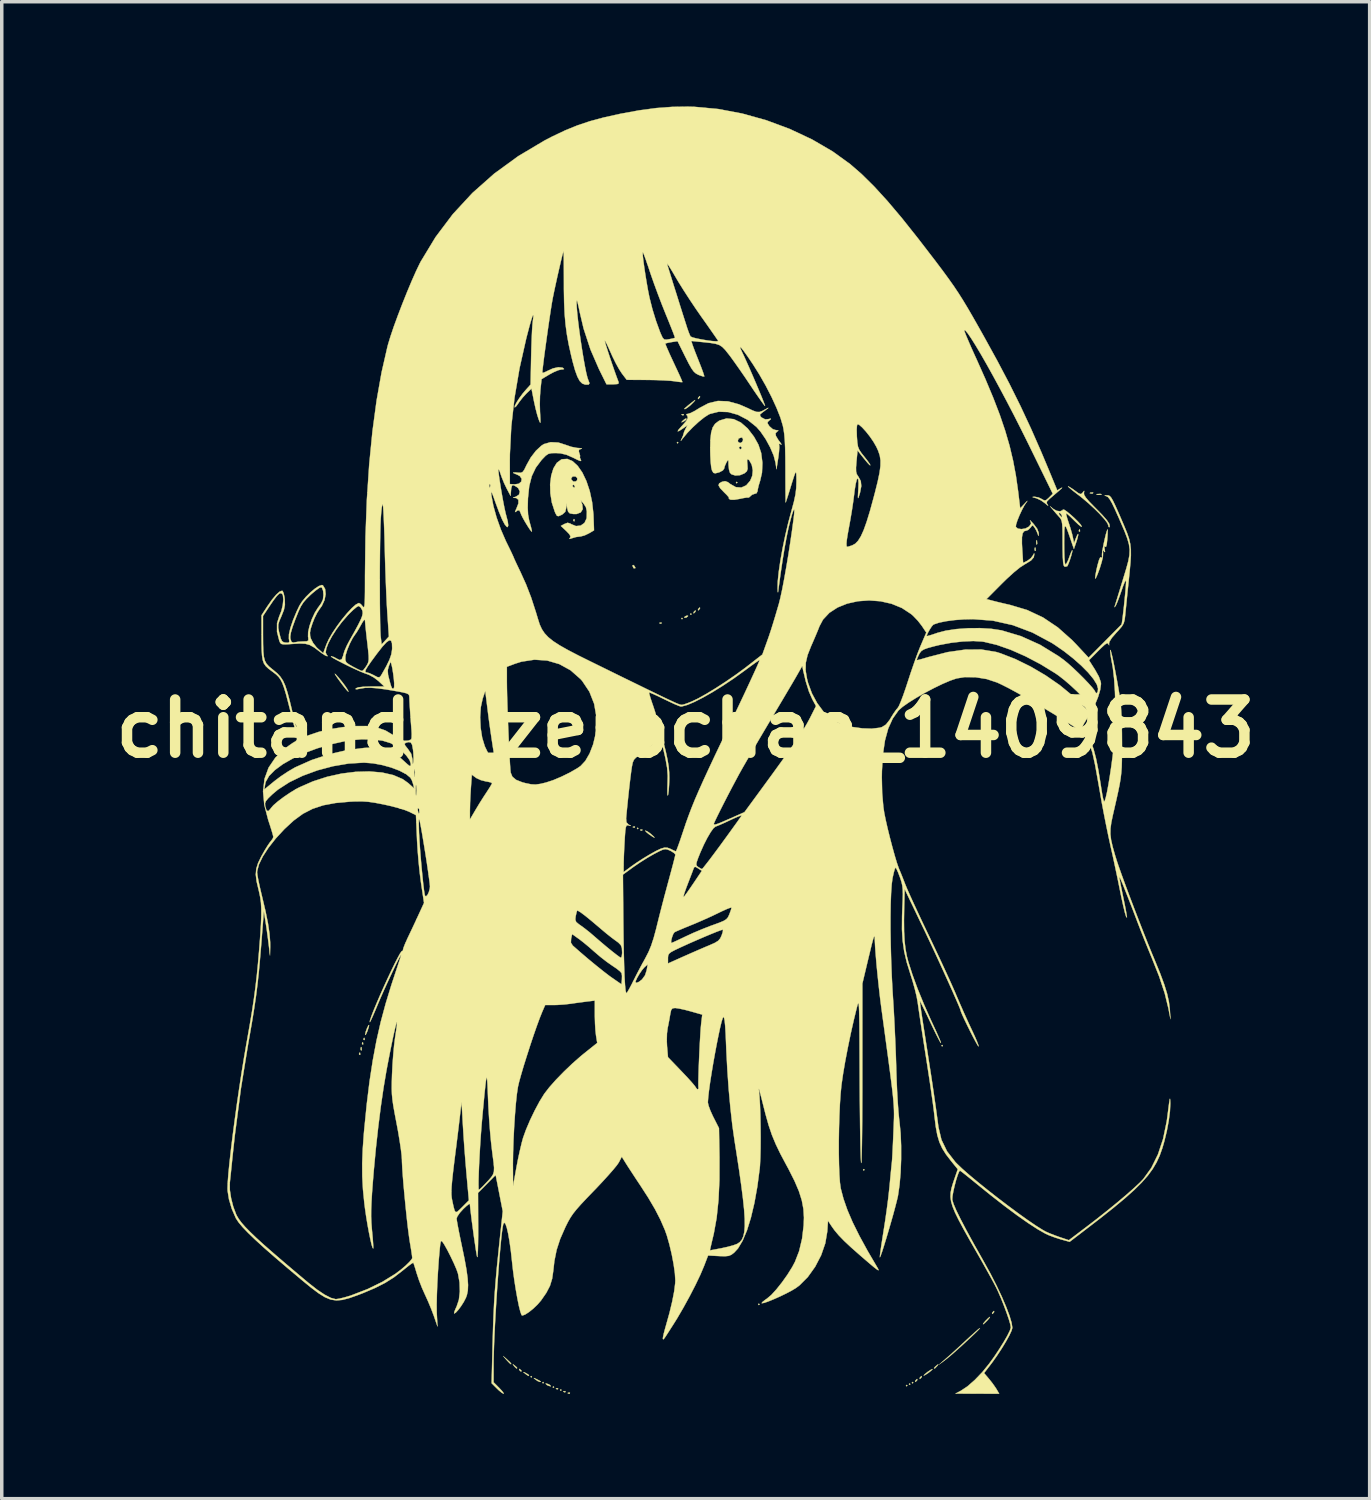
<source format=kicad_pcb>
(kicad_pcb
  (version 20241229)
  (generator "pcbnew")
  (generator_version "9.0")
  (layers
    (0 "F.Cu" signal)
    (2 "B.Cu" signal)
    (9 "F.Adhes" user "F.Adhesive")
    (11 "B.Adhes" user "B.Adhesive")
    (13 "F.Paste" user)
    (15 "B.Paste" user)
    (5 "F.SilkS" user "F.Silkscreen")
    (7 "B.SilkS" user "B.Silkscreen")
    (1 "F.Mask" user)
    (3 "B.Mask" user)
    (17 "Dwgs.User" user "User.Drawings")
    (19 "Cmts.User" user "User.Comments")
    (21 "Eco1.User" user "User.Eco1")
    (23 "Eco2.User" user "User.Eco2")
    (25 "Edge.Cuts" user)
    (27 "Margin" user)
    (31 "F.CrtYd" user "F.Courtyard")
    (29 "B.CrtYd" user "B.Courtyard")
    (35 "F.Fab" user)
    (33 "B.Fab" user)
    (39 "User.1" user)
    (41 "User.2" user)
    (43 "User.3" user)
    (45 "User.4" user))
  (footprint "chitanda_zerochan_1409843"
    (layer "F.Cu")
    (at 16.59 17.82)
    (property "Reference" "chitanda_zerochan_1409843" (at 0 0 0) (layer "F.SilkS") (effects (font (size 1.524 1.524) (thickness 0.3))))
    (attr through_hole)
    (fp_poly (pts (xy -4.403 18.563) (xy -4.424 18.584) (xy -4.445 18.563) (xy -4.424 18.542) (xy -4.403 18.563)) (stroke (width 0.01) (type solid)) (fill yes) (layer "F.SilkS"))
    (fp_poly (pts (xy -4.064 18.733) (xy -4.085 18.754) (xy -4.106 18.733) (xy -4.085 18.711) (xy -4.064 18.733)) (stroke (width 0.01) (type solid)) (fill yes) (layer "F.SilkS"))
    (fp_poly (pts (xy -3.768 18.86) (xy -3.789 18.881) (xy -3.81 18.86) (xy -3.789 18.838) (xy -3.768 18.86)) (stroke (width 0.01) (type solid)) (fill yes) (layer "F.SilkS"))
    (fp_poly (pts (xy -3.556 18.944) (xy -3.577 18.965) (xy -3.598 18.944) (xy -3.577 18.923) (xy -3.556 18.944)) (stroke (width 0.01) (type solid)) (fill yes) (layer "F.SilkS"))
    (fp_poly (pts (xy -1.355 2.857) (xy -1.376 2.879) (xy -1.397 2.857) (xy -1.376 2.836) (xy -1.355 2.857)) (stroke (width 0.01) (type solid)) (fill yes) (layer "F.SilkS"))
    (fp_poly (pts (xy -0.212 -8.191) (xy -0.233 -8.17) (xy -0.254 -8.191) (xy -0.233 -8.213) (xy -0.212 -8.191)) (stroke (width 0.01) (type solid)) (fill yes) (layer "F.SilkS"))
    (fp_poly (pts (xy -0.085 -3.154) (xy -0.106 -3.133) (xy -0.127 -3.154) (xy -0.106 -3.175) (xy -0.085 -3.154)) (stroke (width 0.01) (type solid)) (fill yes) (layer "F.SilkS"))
    (fp_poly (pts (xy 0.169 -3.281) (xy 0.148 -3.26) (xy 0.127 -3.281) (xy 0.148 -3.302) (xy 0.169 -3.281)) (stroke (width 0.01) (type solid)) (fill yes) (layer "F.SilkS"))
    (fp_poly (pts (xy 1.482 -7.048) (xy 1.46 -7.027) (xy 1.439 -7.048) (xy 1.46 -7.07) (xy 1.482 -7.048)) (stroke (width 0.01) (type solid)) (fill yes) (layer "F.SilkS"))
    (fp_poly (pts (xy 2.117 16.489) (xy 2.095 16.51) (xy 2.074 16.489) (xy 2.095 16.468) (xy 2.117 16.489)) (stroke (width 0.01) (type solid)) (fill yes) (layer "F.SilkS"))
    (fp_poly (pts (xy 5.122 12.636) (xy 5.101 12.658) (xy 5.08 12.636) (xy 5.101 12.615) (xy 5.122 12.636)) (stroke (width 0.01) (type solid)) (fill yes) (layer "F.SilkS"))
    (fp_poly (pts (xy 6.35 18.817) (xy 6.329 18.838) (xy 6.308 18.817) (xy 6.329 18.796) (xy 6.35 18.817)) (stroke (width 0.01) (type solid)) (fill yes) (layer "F.SilkS"))
    (fp_poly (pts (xy 6.435 18.775) (xy 6.413 18.796) (xy 6.392 18.775) (xy 6.413 18.754) (xy 6.435 18.775)) (stroke (width 0.01) (type solid)) (fill yes) (layer "F.SilkS"))
    (fp_poly (pts (xy 6.519 18.733) (xy 6.498 18.754) (xy 6.477 18.733) (xy 6.498 18.711) (xy 6.519 18.733)) (stroke (width 0.01) (type solid)) (fill yes) (layer "F.SilkS"))
    (fp_poly (pts (xy 7.366 9.081) (xy 7.345 9.102) (xy 7.324 9.081) (xy 7.345 9.059) (xy 7.366 9.081)) (stroke (width 0.01) (type solid)) (fill yes) (layer "F.SilkS"))
    (fp_poly (pts (xy -9.327 9.285) (xy -9.322 9.335) (xy -9.327 9.342) (xy -9.353 9.336) (xy -9.356 9.313) (xy -9.34 9.278) (xy -9.327 9.285)) (stroke (width 0.01) (type solid)) (fill yes) (layer "F.SilkS"))
    (fp_poly (pts (xy -9.284 9.136) (xy -9.279 9.202) (xy -9.288 9.217) (xy -9.307 9.205) (xy -9.31 9.162) (xy -9.3 9.116) (xy -9.284 9.136)) (stroke (width 0.01) (type solid)) (fill yes) (layer "F.SilkS"))
    (fp_poly (pts (xy -9.243 8.989) (xy -9.238 9.039) (xy -9.243 9.045) (xy -9.268 9.039) (xy -9.271 9.017) (xy -9.256 8.982) (xy -9.243 8.989)) (stroke (width 0.01) (type solid)) (fill yes) (layer "F.SilkS"))
    (fp_poly (pts (xy -9.2 8.862) (xy -9.195 8.912) (xy -9.2 8.918) (xy -9.226 8.912) (xy -9.229 8.89) (xy -9.213 8.855) (xy -9.2 8.862)) (stroke (width 0.01) (type solid)) (fill yes) (layer "F.SilkS"))
    (fp_poly (pts (xy -3.655 18.895) (xy -3.661 18.92) (xy -3.683 18.923) (xy -3.718 18.908) (xy -3.711 18.895) (xy -3.661 18.89) (xy -3.655 18.895)) (stroke (width 0.01) (type solid)) (fill yes) (layer "F.SilkS"))
    (fp_poly (pts (xy -3.443 18.979) (xy -3.449 19.005) (xy -3.471 19.008) (xy -3.506 18.992) (xy -3.5 18.979) (xy -3.449 18.974) (xy -3.443 18.979)) (stroke (width 0.01) (type solid)) (fill yes) (layer "F.SilkS"))
    (fp_poly (pts (xy -3.316 19.022) (xy -3.322 19.047) (xy -3.344 19.05) (xy -3.379 19.035) (xy -3.373 19.022) (xy -3.322 19.017) (xy -3.316 19.022)) (stroke (width 0.01) (type solid)) (fill yes) (layer "F.SilkS"))
    (fp_poly (pts (xy -3.189 -5.997) (xy -3.184 -5.947) (xy -3.189 -5.941) (xy -3.214 -5.947) (xy -3.217 -5.969) (xy -3.202 -6.004) (xy -3.189 -5.997)) (stroke (width 0.01) (type solid)) (fill yes) (layer "F.SilkS"))
    (fp_poly (pts (xy -1.453 2.808) (xy -1.459 2.833) (xy -1.482 2.836) (xy -1.517 2.821) (xy -1.51 2.808) (xy -1.46 2.803) (xy -1.453 2.808)) (stroke (width 0.01) (type solid)) (fill yes) (layer "F.SilkS"))
    (fp_poly (pts (xy -1.242 2.893) (xy -1.248 2.918) (xy -1.27 2.921) (xy -1.305 2.906) (xy -1.298 2.893) (xy -1.248 2.888) (xy -1.242 2.893)) (stroke (width 0.01) (type solid)) (fill yes) (layer "F.SilkS"))
    (fp_poly (pts (xy -0.691 -3.034) (xy -0.697 -3.009) (xy -0.72 -3.006) (xy -0.755 -3.021) (xy -0.748 -3.034) (xy -0.698 -3.039) (xy -0.691 -3.034)) (stroke (width 0.01) (type solid)) (fill yes) (layer "F.SilkS"))
    (fp_poly (pts (xy -0.056 -9.003) (xy -0.062 -8.978) (xy -0.085 -8.975) (xy -0.12 -8.99) (xy -0.113 -9.003) (xy -0.063 -9.008) (xy -0.056 -9.003)) (stroke (width 0.01) (type solid)) (fill yes) (layer "F.SilkS"))
    (fp_poly (pts (xy 10.02 -5.173) (xy 10.025 -5.106) (xy 10.016 -5.091) (xy 9.997 -5.104) (xy 9.994 -5.147) (xy 10.004 -5.192) (xy 10.02 -5.173)) (stroke (width 0.01) (type solid)) (fill yes) (layer "F.SilkS"))
    (fp_poly (pts (xy 10.061 -5.387) (xy 10.067 -5.3) (xy 10.061 -5.281) (xy 10.046 -5.276) (xy 10.04 -5.334) (xy 10.046 -5.394) (xy 10.061 -5.387)) (stroke (width 0.01) (type solid)) (fill yes) (layer "F.SilkS"))
    (fp_poly (pts (xy 11.289 -5.701) (xy 11.294 -5.651) (xy 11.289 -5.644) (xy 11.264 -5.65) (xy 11.261 -5.673) (xy 11.276 -5.708) (xy 11.289 -5.701)) (stroke (width 0.01) (type solid)) (fill yes) (layer "F.SilkS"))
    (fp_poly (pts (xy 11.673 -6.757) (xy 11.66 -6.737) (xy 11.617 -6.734) (xy 11.572 -6.745) (xy 11.591 -6.76) (xy 11.658 -6.765) (xy 11.673 -6.757)) (stroke (width 0.01) (type solid)) (fill yes) (layer "F.SilkS"))
    (fp_poly (pts (xy -4.748 18.347) (xy -4.702 18.39) (xy -4.712 18.415) (xy -4.718 18.415) (xy -4.753 18.385) (xy -4.767 18.366) (xy -4.772 18.337) (xy -4.748 18.347)) (stroke (width 0.01) (type solid)) (fill yes) (layer "F.SilkS"))
    (fp_poly (pts (xy 0.011 -8.845) (xy -0.049 -8.804) (xy -0.117 -8.772) (xy -0.116 -8.786) (xy -0.075 -8.83) (xy -0.011 -8.878) (xy 0.024 -8.88) (xy 0.011 -8.845)) (stroke (width 0.01) (type solid)) (fill yes) (layer "F.SilkS"))
    (fp_poly (pts (xy 0.063 -3.217) (xy 0.018 -3.182) (xy -0.031 -3.176) (xy -0.042 -3.192) (xy -0.009 -3.219) (xy 0.023 -3.233) (xy 0.067 -3.236) (xy 0.063 -3.217)) (stroke (width 0.01) (type solid)) (fill yes) (layer "F.SilkS"))
    (fp_poly (pts (xy -5.112 18.073) (xy -5.023 18.156) (xy -4.996 18.196) (xy -5.009 18.203) (xy -5.043 18.175) (xy -5.11 18.105) (xy -5.126 18.087) (xy -5.228 17.971) (xy -5.112 18.073)) (stroke (width 0.01) (type solid)) (fill yes) (layer "F.SilkS"))
    (fp_poly (pts (xy -4.931 18.217) (xy -4.9 18.24) (xy -4.841 18.292) (xy -4.826 18.314) (xy -4.847 18.327) (xy -4.903 18.273) (xy -4.916 18.256) (xy -4.953 18.206) (xy -4.931 18.217)) (stroke (width 0.01) (type solid)) (fill yes) (layer "F.SilkS"))
    (fp_poly (pts (xy -4.635 18.432) (xy -4.583 18.456) (xy -4.51 18.498) (xy -4.487 18.522) (xy -4.501 18.54) (xy -4.551 18.51) (xy -4.596 18.476) (xy -4.65 18.431) (xy -4.635 18.432)) (stroke (width 0.01) (type solid)) (fill yes) (layer "F.SilkS"))
    (fp_poly (pts (xy -4.276 18.63) (xy -4.177 18.681) (xy -4.149 18.706) (xy -4.176 18.711) (xy -4.238 18.687) (xy -4.299 18.645) (xy -4.351 18.602) (xy -4.337 18.602) (xy -4.276 18.63)) (stroke (width 0.01) (type solid)) (fill yes) (layer "F.SilkS"))
    (fp_poly (pts (xy -3.931 18.776) (xy -3.895 18.796) (xy -3.861 18.83) (xy -3.873 18.837) (xy -3.943 18.816) (xy -3.979 18.796) (xy -4.013 18.762) (xy -4 18.755) (xy -3.931 18.776)) (stroke (width 0.01) (type solid)) (fill yes) (layer "F.SilkS"))
    (fp_poly (pts (xy -1.474 -4.666) (xy -1.442 -4.612) (xy -1.446 -4.594) (xy -1.49 -4.595) (xy -1.496 -4.6) (xy -1.524 -4.665) (xy -1.524 -4.672) (xy -1.503 -4.688) (xy -1.474 -4.666)) (stroke (width 0.01) (type solid)) (fill yes) (layer "F.SilkS"))
    (fp_poly (pts (xy 0.283 -3.359) (xy 0.275 -3.344) (xy 0.235 -3.304) (xy 0.228 -3.302) (xy 0.225 -3.329) (xy 0.233 -3.344) (xy 0.273 -3.385) (xy 0.28 -3.387) (xy 0.283 -3.359)) (stroke (width 0.01) (type solid)) (fill yes) (layer "F.SilkS"))
    (fp_poly (pts (xy 0.41 -9.498) (xy 0.402 -9.483) (xy 0.362 -9.442) (xy 0.355 -9.44) (xy 0.352 -9.468) (xy 0.36 -9.483) (xy 0.4 -9.523) (xy 0.407 -9.525) (xy 0.41 -9.498)) (stroke (width 0.01) (type solid)) (fill yes) (layer "F.SilkS"))
    (fp_poly (pts (xy 0.41 -3.444) (xy 0.402 -3.429) (xy 0.362 -3.389) (xy 0.355 -3.387) (xy 0.352 -3.414) (xy 0.36 -3.429) (xy 0.4 -3.469) (xy 0.407 -3.471) (xy 0.41 -3.444)) (stroke (width 0.01) (type solid)) (fill yes) (layer "F.SilkS"))
    (fp_poly (pts (xy 6.633 18.654) (xy 6.625 18.669) (xy 6.585 18.709) (xy 6.578 18.711) (xy 6.575 18.684) (xy 6.583 18.669) (xy 6.623 18.629) (xy 6.63 18.627) (xy 6.633 18.654)) (stroke (width 0.01) (type solid)) (fill yes) (layer "F.SilkS"))
    (fp_poly (pts (xy 6.76 18.569) (xy 6.752 18.584) (xy 6.712 18.625) (xy 6.705 18.627) (xy 6.702 18.599) (xy 6.71 18.584) (xy 6.75 18.544) (xy 6.757 18.542) (xy 6.76 18.569)) (stroke (width 0.01) (type solid)) (fill yes) (layer "F.SilkS"))
    (fp_poly (pts (xy 7.226 18.226) (xy 7.202 18.256) (xy 7.14 18.322) (xy 7.113 18.322) (xy 7.112 18.314) (xy 7.141 18.279) (xy 7.186 18.24) (xy 7.236 18.204) (xy 7.226 18.226)) (stroke (width 0.01) (type solid)) (fill yes) (layer "F.SilkS"))
    (fp_poly (pts (xy 8.834 16.707) (xy 8.826 16.722) (xy 8.787 16.762) (xy 8.779 16.764) (xy 8.776 16.737) (xy 8.784 16.722) (xy 8.824 16.681) (xy 8.831 16.679) (xy 8.834 16.707)) (stroke (width 0.01) (type solid)) (fill yes) (layer "F.SilkS"))
    (fp_poly (pts (xy 11.907 -6.716) (xy 11.908 -6.703) (xy 11.842 -6.697) (xy 11.832 -6.697) (xy 11.767 -6.703) (xy 11.773 -6.716) (xy 11.78 -6.718) (xy 11.872 -6.724) (xy 11.907 -6.716)) (stroke (width 0.01) (type solid)) (fill yes) (layer "F.SilkS"))
    (fp_poly (pts (xy -1.092 2.947) (xy -1.004 3.011) (xy -0.987 3.025) (xy -0.907 3.1) (xy -0.894 3.124) (xy -0.945 3.097) (xy -1.054 3.023) (xy -1.131 2.961) (xy -1.159 2.925) (xy -1.152 2.921) (xy -1.092 2.947)) (stroke (width 0.01) (type solid)) (fill yes) (layer "F.SilkS"))
    (fp_poly (pts (xy -9.077 8.543) (xy -9.112 8.65) (xy -9.123 8.678) (xy -9.159 8.757) (xy -9.179 8.774) (xy -9.181 8.763) (xy -9.165 8.682) (xy -9.125 8.574) (xy -9.124 8.572) (xy -9.084 8.495) (xy -9.068 8.489) (xy -9.077 8.543)) (stroke (width 0.01) (type solid)) (fill yes) (layer "F.SilkS"))
    (fp_poly (pts (xy 0.253 -9.384) (xy 0.212 -9.338) (xy 0.13 -9.258) (xy 0.046 -9.191) (xy -0.019 -9.153) (xy -0.042 -9.157) (xy -0.012 -9.189) (xy 0.066 -9.256) (xy 0.138 -9.314) (xy 0.234 -9.388) (xy 0.271 -9.411) (xy 0.253 -9.384)) (stroke (width 0.01) (type solid)) (fill yes) (layer "F.SilkS"))
    (fp_poly (pts (xy 7.07 18.346) (xy 7.039 18.382) (xy 6.962 18.443) (xy 6.943 18.457) (xy 6.861 18.511) (xy 6.818 18.529) (xy 6.816 18.527) (xy 6.847 18.491) (xy 6.923 18.429) (xy 6.943 18.415) (xy 7.024 18.362) (xy 7.068 18.343) (xy 7.07 18.346)) (stroke (width 0.01) (type solid)) (fill yes) (layer "F.SilkS"))
    (fp_poly (pts (xy 8.703 16.875) (xy 8.649 16.941) (xy 8.636 16.954) (xy 8.564 17.026) (xy 8.518 17.06) (xy 8.515 17.06) (xy 8.526 17.034) (xy 8.581 16.968) (xy 8.594 16.954) (xy 8.666 16.883) (xy 8.712 16.849) (xy 8.714 16.849) (xy 8.703 16.875)) (stroke (width 0.01) (type solid)) (fill yes) (layer "F.SilkS"))
    (fp_poly (pts (xy -10.026 -1.556) (xy -9.953 -1.476) (xy -9.943 -1.464) (xy -9.842 -1.341) (xy -9.753 -1.223) (xy -9.689 -1.126) (xy -9.66 -1.068) (xy -9.664 -1.058) (xy -9.698 -1.09) (xy -9.766 -1.171) (xy -9.851 -1.281) (xy -9.961 -1.431) (xy -10.028 -1.53) (xy -10.051 -1.573) (xy -10.026 -1.556)) (stroke (width 0.01) (type solid)) (fill yes) (layer "F.SilkS"))
    (fp_poly (pts (xy 8.398 17.207) (xy 8.327 17.279) (xy 8.223 17.379) (xy 8.097 17.497) (xy 7.959 17.625) (xy 7.819 17.752) (xy 7.688 17.869) (xy 7.575 17.967) (xy 7.491 18.036) (xy 7.485 18.041) (xy 7.26 18.212) (xy 7.472 18.028) (xy 7.599 17.916) (xy 7.761 17.769) (xy 7.929 17.613) (xy 8.001 17.546) (xy 8.144 17.414) (xy 8.272 17.298) (xy 8.367 17.214) (xy 8.403 17.186) (xy 8.427 17.173) (xy 8.398 17.207)) (stroke (width 0.01) (type solid)) (fill yes) (layer "F.SilkS"))
    (fp_poly (pts (xy 11.002 -6.917) (xy 11.094 -6.857) (xy 11.151 -6.815) (xy 11.251 -6.743) (xy 11.31 -6.719) (xy 11.349 -6.737) (xy 11.371 -6.764) (xy 11.411 -6.812) (xy 11.413 -6.787) (xy 11.405 -6.752) (xy 11.412 -6.697) (xy 11.46 -6.618) (xy 11.557 -6.504) (xy 11.71 -6.347) (xy 11.745 -6.312) (xy 11.935 -6.118) (xy 12.063 -5.971) (xy 12.132 -5.865) (xy 12.146 -5.794) (xy 12.132 -5.768) (xy 12.112 -5.78) (xy 12.107 -5.817) (xy 12.076 -5.89) (xy 11.991 -6.003) (xy 11.862 -6.145) (xy 11.703 -6.303) (xy 11.524 -6.466) (xy 11.339 -6.622) (xy 11.247 -6.693) (xy 11.111 -6.798) (xy 11.01 -6.881) (xy 10.955 -6.931) (xy 10.951 -6.941) (xy 11.002 -6.917)) (stroke (width 0.01) (type solid)) (fill yes) (layer "F.SilkS"))
    (fp_poly (pts (xy 12.087 -5.705) (xy 12.088 -5.66) (xy 12.084 -5.555) (xy 12.075 -5.425) (xy 12.059 -5.276) (xy 12.038 -5.208) (xy 12.014 -5.213) (xy 11.99 -5.228) (xy 11.995 -5.165) (xy 11.999 -5.144) (xy 12.011 -5.064) (xy 11.997 -5.058) (xy 11.978 -5.08) (xy 11.947 -5.111) (xy 11.947 -5.072) (xy 11.954 -5.037) (xy 11.951 -4.94) (xy 11.919 -4.787) (xy 11.861 -4.597) (xy 11.852 -4.571) (xy 11.798 -4.426) (xy 11.756 -4.33) (xy 11.731 -4.296) (xy 11.727 -4.309) (xy 11.737 -4.4) (xy 11.763 -4.54) (xy 11.796 -4.683) (xy 11.839 -4.833) (xy 11.873 -4.906) (xy 11.903 -4.907) (xy 11.905 -4.903) (xy 11.93 -4.884) (xy 11.925 -4.94) (xy 11.923 -4.948) (xy 11.924 -5.014) (xy 11.94 -5.128) (xy 11.967 -5.271) (xy 11.999 -5.421) (xy 12.032 -5.558) (xy 12.061 -5.659) (xy 12.083 -5.705) (xy 12.087 -5.705)) (stroke (width 0.01) (type solid)) (fill yes) (layer "F.SilkS"))
    (fp_poly (pts (xy -3.238 -7.66) (xy -3.093 -7.526) (xy -2.96 -7.334) (xy -2.844 -7.091) (xy -2.749 -6.807) (xy -2.681 -6.489) (xy -2.643 -6.147) (xy -2.64 -6.068) (xy -2.626 -5.68) (xy -2.776 -5.592) (xy -2.898 -5.534) (xy -3.008 -5.505) (xy -3.026 -5.503) (xy -3.143 -5.488) (xy -3.246 -5.458) (xy -3.323 -5.434) (xy -3.331 -5.446) (xy -3.315 -5.464) (xy -3.299 -5.509) (xy -3.337 -5.574) (xy -3.421 -5.661) (xy -3.576 -5.807) (xy -3.472 -5.863) (xy -3.382 -5.897) (xy -3.307 -5.875) (xy -3.283 -5.859) (xy -3.143 -5.802) (xy -3.008 -5.816) (xy -2.9 -5.892) (xy -2.84 -6.02) (xy -2.836 -6.054) (xy -2.832 -6.223) (xy -2.858 -6.342) (xy -2.921 -6.44) (xy -2.921 -6.441) (xy -3.006 -6.54) (xy -2.962 -6.418) (xy -2.949 -6.288) (xy -3.006 -6.194) (xy -3.125 -6.148) (xy -3.215 -6.147) (xy -3.319 -6.165) (xy -3.368 -6.215) (xy -3.392 -6.308) (xy -3.418 -6.456) (xy -3.423 -6.321) (xy -3.449 -6.211) (xy -3.529 -6.138) (xy -3.557 -6.123) (xy -3.64 -6.086) (xy -3.687 -6.095) (xy -3.727 -6.162) (xy -3.75 -6.215) (xy -3.834 -6.474) (xy -3.877 -6.742) (xy -3.882 -6.959) (xy -3.245 -6.959) (xy -3.239 -6.943) (xy -3.2 -6.902) (xy -3.194 -6.9) (xy -3.175 -6.933) (xy -3.175 -6.943) (xy -3.208 -6.983) (xy -3.22 -6.985) (xy -3.245 -6.959) (xy -3.882 -6.959) (xy -3.883 -7.004) (xy -3.862 -7.172) (xy -3.28 -7.172) (xy -3.276 -7.135) (xy -3.219 -7.077) (xy -3.145 -7.082) (xy -3.109 -7.116) (xy -3.107 -7.179) (xy -3.158 -7.225) (xy -3.235 -7.225) (xy -3.28 -7.172) (xy -3.862 -7.172) (xy -3.853 -7.246) (xy -3.789 -7.454) (xy -3.692 -7.613) (xy -3.565 -7.708) (xy -3.545 -7.716) (xy -3.39 -7.726) (xy -3.238 -7.66)) (stroke (width 0.01) (type solid)) (fill yes) (layer "F.SilkS"))
    (fp_poly (pts (xy 1.211 -9.375) (xy 1.524 -9.29) (xy 1.762 -9.187) (xy 1.92 -9.112) (xy 2.027 -9.073) (xy 2.11 -9.07) (xy 2.193 -9.099) (xy 2.281 -9.146) (xy 2.354 -9.186) (xy 2.368 -9.187) (xy 2.318 -9.146) (xy 2.202 -9.06) (xy 2.183 -9.045) (xy 2.126 -8.995) (xy 2.138 -8.95) (xy 2.173 -8.912) (xy 2.276 -8.859) (xy 2.361 -8.865) (xy 2.438 -8.88) (xy 2.44 -8.865) (xy 2.398 -8.83) (xy 2.347 -8.783) (xy 2.348 -8.738) (xy 2.398 -8.661) (xy 2.495 -8.577) (xy 2.582 -8.551) (xy 2.652 -8.545) (xy 2.644 -8.525) (xy 2.615 -8.506) (xy 2.573 -8.458) (xy 2.584 -8.385) (xy 2.651 -8.272) (xy 2.709 -8.195) (xy 2.747 -8.14) (xy 2.73 -8.139) (xy 2.713 -8.149) (xy 2.67 -8.16) (xy 2.676 -8.124) (xy 2.681 -8.055) (xy 2.672 -7.929) (xy 2.653 -7.77) (xy 2.649 -7.747) (xy 2.6 -7.429) (xy 2.573 -7.616) (xy 2.52 -7.82) (xy 2.42 -8.055) (xy 2.29 -8.294) (xy 2.144 -8.507) (xy 2.026 -8.642) (xy 1.772 -8.846) (xy 1.498 -8.989) (xy 1.219 -9.068) (xy 0.948 -9.078) (xy 0.698 -9.016) (xy 0.656 -8.997) (xy 0.531 -8.916) (xy 0.373 -8.789) (xy 0.205 -8.634) (xy 0.047 -8.471) (xy -0.079 -8.319) (xy -0.08 -8.319) (xy -0.133 -8.25) (xy -0.142 -8.249) (xy -0.119 -8.297) (xy -0.077 -8.39) (xy -0.062 -8.445) (xy -0.041 -8.512) (xy -0.004 -8.589) (xy 0.052 -8.691) (xy -0.076 -8.6) (xy -0.184 -8.529) (xy -0.229 -8.515) (xy -0.211 -8.555) (xy -0.129 -8.649) (xy -0.101 -8.678) (xy 0.012 -8.807) (xy 0.06 -8.898) (xy 0.047 -8.962) (xy 0.023 -8.985) (xy 0.02 -9.009) (xy 0.064 -9.016) (xy 0.14 -9.04) (xy 0.259 -9.1) (xy 0.394 -9.184) (xy 0.654 -9.322) (xy 0.924 -9.386) (xy 1.211 -9.375)) (stroke (width 0.01) (type solid)) (fill yes) (layer "F.SilkS"))
    (fp_poly (pts (xy 10.523 -6.297) (xy 10.624 -6.24) (xy 10.725 -6.225) (xy 10.794 -6.255) (xy 10.805 -6.275) (xy 10.84 -6.271) (xy 10.916 -6.22) (xy 11.017 -6.137) (xy 11.127 -6.038) (xy 11.229 -5.938) (xy 11.307 -5.851) (xy 11.344 -5.792) (xy 11.345 -5.785) (xy 11.319 -5.791) (xy 11.248 -5.847) (xy 11.148 -5.942) (xy 11.128 -5.962) (xy 11.021 -6.067) (xy 10.939 -6.141) (xy 10.897 -6.169) (xy 10.895 -6.168) (xy 10.9 -6.123) (xy 10.928 -6.022) (xy 10.967 -5.902) (xy 11.021 -5.735) (xy 11.068 -5.57) (xy 11.088 -5.482) (xy 11.122 -5.313) (xy 11.175 -5.453) (xy 11.218 -5.552) (xy 11.24 -5.577) (xy 11.241 -5.538) (xy 11.218 -5.443) (xy 11.19 -5.353) (xy 11.119 -5.146) (xy 11.025 -5.42) (xy 10.956 -5.62) (xy 10.907 -5.748) (xy 10.874 -5.803) (xy 10.855 -5.781) (xy 10.845 -5.681) (xy 10.841 -5.501) (xy 10.84 -5.302) (xy 10.842 -5.08) (xy 10.848 -4.897) (xy 10.858 -4.767) (xy 10.872 -4.703) (xy 10.876 -4.699) (xy 10.91 -4.736) (xy 10.956 -4.83) (xy 10.986 -4.913) (xy 11.029 -5.029) (xy 11.062 -5.1) (xy 11.074 -5.111) (xy 11.071 -5.065) (xy 11.047 -4.969) (xy 11.01 -4.852) (xy 10.97 -4.741) (xy 10.937 -4.665) (xy 10.927 -4.651) (xy 10.869 -4.639) (xy 10.848 -4.644) (xy 10.826 -4.677) (xy 10.811 -4.762) (xy 10.801 -4.909) (xy 10.796 -5.126) (xy 10.795 -5.31) (xy 10.794 -5.559) (xy 10.791 -5.737) (xy 10.783 -5.861) (xy 10.769 -5.943) (xy 10.747 -6) (xy 10.714 -6.046) (xy 10.7 -6.062) (xy 10.617 -6.155) (xy 10.687 -6.155) (xy 10.71 -6.117) (xy 10.76 -6.065) (xy 10.778 -6.054) (xy 10.778 -6.086) (xy 10.768 -6.117) (xy 10.724 -6.173) (xy 10.701 -6.181) (xy 10.687 -6.155) (xy 10.617 -6.155) (xy 10.602 -6.172) (xy 10.52 -6.269) (xy 10.435 -6.371) (xy 10.523 -6.297)) (stroke (width 0.01) (type solid)) (fill yes) (layer "F.SilkS"))
    (fp_poly (pts (xy 1.376 -8.865) (xy 1.579 -8.768) (xy 1.774 -8.599) (xy 1.956 -8.361) (xy 2.082 -8.135) (xy 2.162 -7.894) (xy 2.197 -7.615) (xy 2.185 -7.332) (xy 2.133 -7.105) (xy 2.09 -6.966) (xy 2.064 -6.852) (xy 2.059 -6.805) (xy 2.029 -6.742) (xy 1.989 -6.731) (xy 1.901 -6.7) (xy 1.862 -6.666) (xy 1.811 -6.621) (xy 1.792 -6.618) (xy 1.745 -6.619) (xy 1.642 -6.602) (xy 1.549 -6.582) (xy 1.401 -6.557) (xy 1.294 -6.556) (xy 1.264 -6.566) (xy 1.231 -6.597) (xy 1.24 -6.603) (xy 1.231 -6.63) (xy 1.173 -6.697) (xy 1.102 -6.767) (xy 0.988 -6.886) (xy 0.941 -6.967) (xy 0.958 -7.025) (xy 1.037 -7.069) (xy 1.041 -7.071) (xy 1.128 -7.089) (xy 1.208 -7.06) (xy 1.277 -7.007) (xy 1.436 -6.917) (xy 1.593 -6.906) (xy 1.734 -6.969) (xy 1.848 -7.102) (xy 1.906 -7.242) (xy 1.922 -7.4) (xy 1.891 -7.559) (xy 1.823 -7.682) (xy 1.802 -7.702) (xy 1.769 -7.717) (xy 1.758 -7.675) (xy 1.767 -7.565) (xy 1.773 -7.444) (xy 1.751 -7.372) (xy 1.687 -7.316) (xy 1.677 -7.31) (xy 1.553 -7.259) (xy 1.421 -7.251) (xy 1.312 -7.285) (xy 1.267 -7.33) (xy 1.24 -7.42) (xy 1.227 -7.545) (xy 1.226 -7.564) (xy 1.224 -7.667) (xy 1.212 -7.693) (xy 1.182 -7.652) (xy 1.164 -7.62) (xy 1.119 -7.52) (xy 1.102 -7.45) (xy 1.064 -7.397) (xy 0.972 -7.347) (xy 0.949 -7.339) (xy 0.848 -7.313) (xy 0.794 -7.326) (xy 0.757 -7.388) (xy 0.751 -7.403) (xy 0.731 -7.489) (xy 0.715 -7.638) (xy 0.705 -7.827) (xy 0.701 -8.001) (xy 0.702 -8.043) (xy 1.524 -8.043) (xy 1.556 -8.002) (xy 1.566 -8.001) (xy 1.607 -8.033) (xy 1.609 -8.043) (xy 1.576 -8.084) (xy 1.566 -8.086) (xy 1.525 -8.053) (xy 1.524 -8.043) (xy 0.702 -8.043) (xy 0.706 -8.244) (xy 1.492 -8.244) (xy 1.504 -8.21) (xy 1.558 -8.179) (xy 1.617 -8.211) (xy 1.644 -8.269) (xy 1.626 -8.329) (xy 1.593 -8.34) (xy 1.516 -8.311) (xy 1.492 -8.244) (xy 0.706 -8.244) (xy 0.706 -8.275) (xy 0.729 -8.478) (xy 0.772 -8.626) (xy 0.842 -8.732) (xy 0.943 -8.809) (xy 0.972 -8.826) (xy 1.172 -8.885) (xy 1.376 -8.865)) (stroke (width 0.01) (type solid)) (fill yes) (layer "F.SilkS"))
    (fp_poly (pts (xy 0.254 -17.81) (xy 0.929 -17.748) (xy 1.618 -17.618) (xy 2.307 -17.426) (xy 2.978 -17.177) (xy 3.617 -16.877) (xy 4.209 -16.532) (xy 4.706 -16.173) (xy 5.04 -15.883) (xy 5.397 -15.53) (xy 5.78 -15.111) (xy 6.193 -14.622) (xy 6.639 -14.061) (xy 6.644 -14.055) (xy 6.923 -13.693) (xy 7.158 -13.387) (xy 7.356 -13.124) (xy 7.525 -12.893) (xy 7.674 -12.683) (xy 7.809 -12.481) (xy 7.939 -12.276) (xy 8.072 -12.056) (xy 8.215 -11.81) (xy 8.376 -11.527) (xy 8.538 -11.239) (xy 8.924 -10.538) (xy 9.271 -9.879) (xy 9.589 -9.239) (xy 9.89 -8.594) (xy 10.186 -7.92) (xy 10.395 -7.423) (xy 10.642 -6.824) (xy 10.75 -6.89) (xy 10.782 -6.903) (xy 10.754 -6.869) (xy 10.69 -6.812) (xy 10.569 -6.708) (xy 10.456 -6.611) (xy 10.416 -6.577) (xy 10.348 -6.509) (xy 10.34 -6.458) (xy 10.371 -6.408) (xy 10.382 -6.385) (xy 10.34 -6.414) (xy 10.299 -6.45) (xy 10.178 -6.537) (xy 10.048 -6.598) (xy 10.026 -6.604) (xy 9.942 -6.627) (xy 9.936 -6.637) (xy 9.992 -6.642) (xy 10.108 -6.621) (xy 10.197 -6.577) (xy 10.267 -6.537) (xy 10.321 -6.544) (xy 10.392 -6.605) (xy 10.405 -6.618) (xy 10.514 -6.727) (xy 9.824 -8.137) (xy 9.619 -8.55) (xy 9.411 -8.961) (xy 9.203 -9.361) (xy 8.999 -9.744) (xy 8.804 -10.104) (xy 8.62 -10.435) (xy 8.452 -10.728) (xy 8.302 -10.979) (xy 8.176 -11.18) (xy 8.077 -11.324) (xy 8.008 -11.405) (xy 7.975 -11.418) (xy 7.986 -11.376) (xy 8.028 -11.268) (xy 8.096 -11.107) (xy 8.184 -10.904) (xy 8.289 -10.671) (xy 8.322 -10.6) (xy 8.586 -10.008) (xy 8.809 -9.475) (xy 8.996 -8.989) (xy 9.15 -8.535) (xy 9.276 -8.102) (xy 9.377 -7.676) (xy 9.458 -7.245) (xy 9.522 -6.795) (xy 9.528 -6.742) (xy 9.58 -6.309) (xy 9.711 -6.448) (xy 9.773 -6.512) (xy 9.788 -6.523) (xy 9.771 -6.501) (xy 9.705 -6.402) (xy 9.631 -6.264) (xy 9.56 -6.111) (xy 9.5 -5.964) (xy 9.462 -5.845) (xy 9.456 -5.778) (xy 9.456 -5.778) (xy 9.515 -5.729) (xy 9.618 -5.715) (xy 9.733 -5.734) (xy 9.829 -5.786) (xy 9.842 -5.799) (xy 9.892 -5.873) (xy 9.878 -5.937) (xy 9.865 -5.958) (xy 9.86 -5.971) (xy 9.902 -5.93) (xy 9.964 -5.863) (xy 10.067 -5.725) (xy 10.111 -5.608) (xy 10.112 -5.588) (xy 10.106 -5.523) (xy 10.094 -5.538) (xy 10.087 -5.565) (xy 10.047 -5.664) (xy 10.001 -5.746) (xy 9.952 -5.813) (xy 9.918 -5.813) (xy 9.877 -5.759) (xy 9.81 -5.692) (xy 9.761 -5.673) (xy 9.694 -5.656) (xy 9.652 -5.597) (xy 9.631 -5.485) (xy 9.63 -5.308) (xy 9.638 -5.153) (xy 9.664 -4.746) (xy 9.787 -4.809) (xy 9.886 -4.882) (xy 9.948 -4.966) (xy 9.976 -5.018) (xy 9.988 -5.009) (xy 9.969 -4.907) (xy 9.89 -4.816) (xy 9.742 -4.724) (xy 9.721 -4.713) (xy 9.583 -4.625) (xy 9.404 -4.48) (xy 9.194 -4.289) (xy 9.059 -4.157) (xy 8.615 -3.71) (xy 8.805 -3.66) (xy 8.948 -3.624) (xy 9.132 -3.58) (xy 9.294 -3.543) (xy 9.78 -3.398) (xy 10.232 -3.186) (xy 10.657 -2.901) (xy 11.065 -2.538) (xy 11.186 -2.413) (xy 11.54 -2.033) (xy 12.004 -2.5) (xy 12.164 -2.661) (xy 12.302 -2.801) (xy 12.408 -2.908) (xy 12.471 -2.972) (xy 12.483 -2.984) (xy 12.494 -3.031) (xy 12.51 -3.144) (xy 12.529 -3.305) (xy 12.551 -3.494) (xy 12.571 -3.694) (xy 12.59 -3.887) (xy 12.604 -4.053) (xy 12.612 -4.174) (xy 12.614 -4.212) (xy 12.604 -4.245) (xy 12.574 -4.198) (xy 12.523 -4.07) (xy 12.486 -3.962) (xy 12.425 -3.789) (xy 12.37 -3.642) (xy 12.327 -3.542) (xy 12.314 -3.518) (xy 12.284 -3.478) (xy 12.29 -3.512) (xy 12.296 -3.532) (xy 12.317 -3.599) (xy 12.358 -3.731) (xy 12.414 -3.914) (xy 12.481 -4.133) (xy 12.537 -4.316) (xy 12.618 -4.583) (xy 12.676 -4.795) (xy 12.709 -4.97) (xy 12.716 -5.126) (xy 12.695 -5.282) (xy 12.646 -5.454) (xy 12.567 -5.66) (xy 12.455 -5.92) (xy 12.403 -6.041) (xy 12.294 -6.283) (xy 12.211 -6.456) (xy 12.146 -6.569) (xy 12.094 -6.634) (xy 12.05 -6.659) (xy 12.049 -6.659) (xy 11.997 -6.673) (xy 12.023 -6.68) (xy 12.069 -6.683) (xy 12.111 -6.68) (xy 12.149 -6.66) (xy 12.19 -6.612) (xy 12.24 -6.525) (xy 12.305 -6.389) (xy 12.393 -6.192) (xy 12.467 -6.022) (xy 12.567 -5.788) (xy 12.644 -5.599) (xy 12.699 -5.438) (xy 12.733 -5.288) (xy 12.75 -5.134) (xy 12.751 -4.959) (xy 12.738 -4.745) (xy 12.713 -4.477) (xy 12.686 -4.212) (xy 12.659 -3.956) (xy 12.634 -3.707) (xy 12.612 -3.486) (xy 12.595 -3.316) (xy 12.59 -3.263) (xy 12.573 -3.12) (xy 12.545 -3.017) (xy 12.492 -2.926) (xy 12.4 -2.819) (xy 12.338 -2.753) (xy 12.205 -2.6) (xy 12.134 -2.486) (xy 12.124 -2.432) (xy 12.128 -2.388) (xy 12.119 -2.402) (xy 12.098 -2.441) (xy 12.063 -2.445) (xy 12.003 -2.406) (xy 11.906 -2.317) (xy 11.796 -2.208) (xy 11.551 -1.96) (xy 11.723 -1.689) (xy 11.833 -1.492) (xy 11.889 -1.334) (xy 11.895 -1.28) (xy 11.873 -1.115) (xy 11.812 -0.908) (xy 11.722 -0.687) (xy 11.614 -0.479) (xy 11.592 -0.445) (xy 11.479 -0.264) (xy 11.405 -0.142) (xy 11.366 -0.061) (xy 11.357 -0.009) (xy 11.373 0.031) (xy 11.41 0.072) (xy 11.426 0.089) (xy 11.522 0.213) (xy 11.606 0.376) (xy 11.682 0.585) (xy 11.752 0.851) (xy 11.818 1.18) (xy 11.884 1.584) (xy 11.9 1.693) (xy 11.927 1.861) (xy 11.953 1.996) (xy 11.976 2.077) (xy 11.982 2.088) (xy 12.003 2.067) (xy 12.032 1.973) (xy 12.067 1.819) (xy 12.105 1.616) (xy 12.145 1.375) (xy 12.185 1.109) (xy 12.223 0.829) (xy 12.256 0.546) (xy 12.26 0.508) (xy 12.289 0.139) (xy 12.304 -0.26) (xy 12.306 -0.668) (xy 12.294 -1.064) (xy 12.27 -1.429) (xy 12.234 -1.743) (xy 12.208 -1.888) (xy 12.179 -2.047) (xy 12.162 -2.176) (xy 12.159 -2.25) (xy 12.161 -2.255) (xy 12.174 -2.235) (xy 12.198 -2.146) (xy 12.232 -2) (xy 12.271 -1.812) (xy 12.313 -1.596) (xy 12.356 -1.364) (xy 12.397 -1.132) (xy 12.433 -0.912) (xy 12.452 -0.783) (xy 12.467 -0.634) (xy 12.479 -0.42) (xy 12.489 -0.161) (xy 12.495 0.125) (xy 12.497 0.417) (xy 12.497 0.445) (xy 12.496 0.71) (xy 12.493 0.924) (xy 12.488 1.104) (xy 12.476 1.264) (xy 12.458 1.421) (xy 12.43 1.59) (xy 12.39 1.788) (xy 12.337 2.029) (xy 12.268 2.331) (xy 12.232 2.487) (xy 12.19 2.689) (xy 12.167 2.859) (xy 12.164 3.019) (xy 12.184 3.187) (xy 12.229 3.385) (xy 12.3 3.632) (xy 12.348 3.787) (xy 12.406 3.959) (xy 12.49 4.195) (xy 12.594 4.481) (xy 12.714 4.802) (xy 12.844 5.144) (xy 12.978 5.492) (xy 13.111 5.833) (xy 13.237 6.151) (xy 13.351 6.432) (xy 13.437 6.638) (xy 13.59 7.012) (xy 13.706 7.326) (xy 13.788 7.592) (xy 13.84 7.825) (xy 13.866 8.037) (xy 13.866 8.043) (xy 13.885 8.319) (xy 13.825 8.009) (xy 13.72 7.58) (xy 13.559 7.093) (xy 13.348 6.562) (xy 13.26 6.348) (xy 13.154 6.087) (xy 13.044 5.81) (xy 12.943 5.548) (xy 12.934 5.524) (xy 12.799 5.17) (xy 12.68 4.864) (xy 12.581 4.613) (xy 12.504 4.423) (xy 12.45 4.299) (xy 12.422 4.246) (xy 12.42 4.245) (xy 12.424 4.288) (xy 12.444 4.399) (xy 12.476 4.561) (xy 12.517 4.76) (xy 12.531 4.826) (xy 12.574 5.034) (xy 12.608 5.21) (xy 12.63 5.339) (xy 12.638 5.406) (xy 12.637 5.411) (xy 12.615 5.385) (xy 12.581 5.275) (xy 12.534 5.083) (xy 12.474 4.808) (xy 12.422 4.551) (xy 12.37 4.294) (xy 12.306 3.991) (xy 12.239 3.678) (xy 12.175 3.391) (xy 12.169 3.365) (xy 12.106 3.074) (xy 12.038 2.744) (xy 11.973 2.415) (xy 11.919 2.128) (xy 11.917 2.117) (xy 11.87 1.847) (xy 11.819 1.558) (xy 11.77 1.284) (xy 11.729 1.057) (xy 11.727 1.044) (xy 11.648 0.684) (xy 11.552 0.402) (xy 11.438 0.192) (xy 11.419 0.165) (xy 11.352 0.106) (xy 11.223 0.013) (xy 11.042 -0.108) (xy 10.819 -0.249) (xy 10.567 -0.404) (xy 10.296 -0.567) (xy 10.017 -0.731) (xy 9.742 -0.889) (xy 9.482 -1.034) (xy 9.248 -1.161) (xy 9.05 -1.261) (xy 8.921 -1.321) (xy 8.619 -1.421) (xy 8.298 -1.473) (xy 7.989 -1.476) (xy 7.757 -1.438) (xy 7.576 -1.376) (xy 7.354 -1.281) (xy 7.107 -1.161) (xy 6.853 -1.027) (xy 6.608 -0.886) (xy 6.39 -0.75) (xy 6.214 -0.627) (xy 6.099 -0.526) (xy 6.094 -0.52) (xy 5.929 -0.288) (xy 5.801 -0.005) (xy 5.708 0.335) (xy 5.648 0.739) (xy 5.62 1.213) (xy 5.617 1.397) (xy 5.627 1.849) (xy 5.661 2.238) (xy 5.687 2.413) (xy 5.728 2.616) (xy 5.783 2.858) (xy 5.848 3.121) (xy 5.917 3.384) (xy 5.985 3.63) (xy 6.048 3.84) (xy 6.101 3.993) (xy 6.119 4.037) (xy 6.164 4.144) (xy 6.225 4.297) (xy 6.29 4.464) (xy 6.291 4.466) (xy 6.338 4.58) (xy 6.417 4.758) (xy 6.521 4.987) (xy 6.645 5.254) (xy 6.782 5.547) (xy 6.928 5.852) (xy 6.964 5.927) (xy 7.117 6.249) (xy 7.271 6.575) (xy 7.417 6.89) (xy 7.549 7.177) (xy 7.658 7.421) (xy 7.739 7.606) (xy 7.744 7.62) (xy 7.854 7.876) (xy 7.979 8.16) (xy 8.104 8.435) (xy 8.193 8.625) (xy 8.277 8.806) (xy 8.341 8.954) (xy 8.38 9.058) (xy 8.389 9.101) (xy 8.387 9.102) (xy 8.36 9.066) (xy 8.306 8.971) (xy 8.232 8.833) (xy 8.149 8.67) (xy 8.064 8.498) (xy 7.985 8.335) (xy 7.922 8.198) (xy 7.883 8.104) (xy 7.874 8.073) (xy 7.857 8.022) (xy 7.809 7.905) (xy 7.734 7.733) (xy 7.639 7.517) (xy 7.527 7.267) (xy 7.403 6.994) (xy 7.273 6.708) (xy 7.141 6.422) (xy 7.011 6.144) (xy 6.89 5.887) (xy 6.828 5.757) (xy 6.707 5.507) (xy 6.594 5.269) (xy 6.494 5.061) (xy 6.415 4.897) (xy 6.365 4.792) (xy 6.361 4.784) (xy 6.271 4.593) (xy 6.258 5.101) (xy 6.252 5.491) (xy 6.255 5.812) (xy 6.269 6.079) (xy 6.295 6.309) (xy 6.334 6.517) (xy 6.378 6.685) (xy 6.493 7.044) (xy 6.643 7.453) (xy 6.822 7.891) (xy 7.019 8.338) (xy 7.087 8.484) (xy 7.174 8.671) (xy 7.244 8.83) (xy 7.292 8.944) (xy 7.31 9) (xy 7.309 9.003) (xy 7.287 8.972) (xy 7.236 8.877) (xy 7.161 8.73) (xy 7.07 8.543) (xy 7.005 8.405) (xy 6.907 8.198) (xy 6.822 8.023) (xy 6.756 7.891) (xy 6.717 7.814) (xy 6.707 7.801) (xy 6.71 7.844) (xy 6.724 7.954) (xy 6.747 8.113) (xy 6.775 8.297) (xy 6.854 8.803) (xy 6.921 9.236) (xy 6.978 9.605) (xy 7.027 9.92) (xy 7.068 10.192) (xy 7.103 10.431) (xy 7.134 10.646) (xy 7.163 10.848) (xy 7.19 11.047) (xy 7.218 11.252) (xy 7.239 11.414) (xy 7.325 11.775) (xy 7.485 12.106) (xy 7.725 12.415) (xy 7.764 12.455) (xy 7.919 12.604) (xy 8.127 12.787) (xy 8.376 12.994) (xy 8.652 13.217) (xy 8.945 13.446) (xy 9.242 13.672) (xy 9.53 13.885) (xy 9.798 14.077) (xy 10.033 14.237) (xy 10.224 14.357) (xy 10.31 14.405) (xy 10.42 14.454) (xy 10.573 14.514) (xy 10.707 14.562) (xy 10.975 14.652) (xy 11.467 14.279) (xy 11.777 14.041) (xy 12.08 13.801) (xy 12.365 13.568) (xy 12.622 13.351) (xy 12.841 13.158) (xy 13.01 13) (xy 13.106 12.9) (xy 13.335 12.582) (xy 13.526 12.195) (xy 13.674 11.749) (xy 13.777 11.251) (xy 13.796 11.113) (xy 13.826 10.876) (xy 13.847 10.717) (xy 13.861 10.627) (xy 13.87 10.599) (xy 13.875 10.626) (xy 13.879 10.7) (xy 13.88 10.737) (xy 13.87 10.956) (xy 13.835 11.228) (xy 13.779 11.528) (xy 13.706 11.829) (xy 13.651 12.018) (xy 13.577 12.226) (xy 13.487 12.422) (xy 13.375 12.612) (xy 13.235 12.803) (xy 13.059 13.002) (xy 12.843 13.216) (xy 12.579 13.452) (xy 12.261 13.717) (xy 11.883 14.017) (xy 11.612 14.226) (xy 10.997 14.698) (xy 10.737 14.626) (xy 10.566 14.571) (xy 10.398 14.508) (xy 10.308 14.467) (xy 10.086 14.341) (xy 9.81 14.162) (xy 9.488 13.936) (xy 9.128 13.668) (xy 8.737 13.363) (xy 8.351 13.051) (xy 8.181 12.912) (xy 8.035 12.795) (xy 7.925 12.708) (xy 7.863 12.663) (xy 7.854 12.658) (xy 7.826 12.696) (xy 7.787 12.796) (xy 7.743 12.936) (xy 7.701 13.097) (xy 7.665 13.255) (xy 7.641 13.391) (xy 7.634 13.483) (xy 7.635 13.492) (xy 7.671 13.612) (xy 7.75 13.798) (xy 7.874 14.051) (xy 8.043 14.373) (xy 8.257 14.765) (xy 8.517 15.226) (xy 8.543 15.273) (xy 8.73 15.612) (xy 8.901 15.947) (xy 9.052 16.266) (xy 9.177 16.559) (xy 9.273 16.813) (xy 9.334 17.018) (xy 9.356 17.162) (xy 9.332 17.246) (xy 9.268 17.382) (xy 9.172 17.556) (xy 9.053 17.752) (xy 8.921 17.953) (xy 8.785 18.146) (xy 8.738 18.208) (xy 8.546 18.458) (xy 8.686 18.623) (xy 8.787 18.75) (xy 8.876 18.877) (xy 8.903 18.919) (xy 8.979 19.05) (xy 7.726 19.046) (xy 7.877 18.967) (xy 8.068 18.84) (xy 8.281 18.654) (xy 8.498 18.427) (xy 8.69 18.191) (xy 8.839 17.985) (xy 8.98 17.773) (xy 9.107 17.57) (xy 9.211 17.39) (xy 9.282 17.247) (xy 9.313 17.156) (xy 9.313 17.148) (xy 9.297 17.06) (xy 9.254 16.913) (xy 9.19 16.727) (xy 9.113 16.521) (xy 9.03 16.312) (xy 8.947 16.121) (xy 8.889 16) (xy 8.824 15.875) (xy 8.726 15.695) (xy 8.604 15.475) (xy 8.469 15.234) (xy 8.335 15) (xy 8.123 14.629) (xy 7.951 14.321) (xy 7.816 14.068) (xy 7.714 13.86) (xy 7.644 13.688) (xy 7.601 13.541) (xy 7.584 13.412) (xy 7.588 13.29) (xy 7.612 13.166) (xy 7.652 13.031) (xy 7.685 12.931) (xy 7.793 12.619) (xy 7.601 12.383) (xy 7.457 12.196) (xy 7.348 12.023) (xy 7.267 11.845) (xy 7.207 11.644) (xy 7.162 11.4) (xy 7.124 11.094) (xy 7.117 11.028) (xy 7.1 10.886) (xy 7.072 10.675) (xy 7.034 10.411) (xy 6.99 10.107) (xy 6.94 9.78) (xy 6.888 9.443) (xy 6.881 9.398) (xy 6.829 9.066) (xy 6.779 8.745) (xy 6.734 8.45) (xy 6.696 8.195) (xy 6.666 7.993) (xy 6.647 7.859) (xy 6.645 7.843) (xy 6.615 7.676) (xy 6.563 7.46) (xy 6.497 7.225) (xy 6.438 7.038) (xy 6.333 6.699) (xy 6.259 6.387) (xy 6.214 6.077) (xy 6.194 5.745) (xy 6.197 5.366) (xy 6.204 5.179) (xy 6.215 4.928) (xy 6.22 4.743) (xy 6.216 4.605) (xy 6.204 4.496) (xy 6.182 4.397) (xy 6.148 4.29) (xy 6.136 4.257) (xy 6.084 4.119) (xy 6.039 4.02) (xy 6.011 3.979) (xy 6.01 3.979) (xy 5.989 4.018) (xy 5.96 4.119) (xy 5.928 4.262) (xy 5.923 4.286) (xy 5.9 4.461) (xy 5.883 4.709) (xy 5.871 5.018) (xy 5.866 5.377) (xy 5.866 5.775) (xy 5.873 6.2) (xy 5.885 6.641) (xy 5.902 7.085) (xy 5.925 7.523) (xy 5.937 7.705) (xy 5.96 8.076) (xy 5.982 8.496) (xy 6.002 8.933) (xy 6.019 9.354) (xy 6.031 9.726) (xy 6.031 9.758) (xy 6.042 10.078) (xy 6.056 10.403) (xy 6.074 10.711) (xy 6.094 10.983) (xy 6.115 11.198) (xy 6.123 11.261) (xy 6.155 11.581) (xy 6.17 11.947) (xy 6.17 12.333) (xy 6.155 12.716) (xy 6.125 13.068) (xy 6.082 13.365) (xy 6.076 13.399) (xy 6.045 13.53) (xy 5.999 13.708) (xy 5.942 13.919) (xy 5.877 14.148) (xy 5.809 14.382) (xy 5.742 14.607) (xy 5.68 14.809) (xy 5.627 14.975) (xy 5.586 15.09) (xy 5.563 15.141) (xy 5.561 15.142) (xy 5.563 15.098) (xy 5.577 14.984) (xy 5.601 14.813) (xy 5.634 14.6) (xy 5.667 14.39) (xy 5.713 14.096) (xy 5.758 13.781) (xy 5.798 13.474) (xy 5.828 13.205) (xy 5.839 13.102) (xy 5.859 12.883) (xy 5.878 12.684) (xy 5.894 12.526) (xy 5.904 12.43) (xy 5.905 12.425) (xy 5.912 12.342) (xy 5.921 12.191) (xy 5.931 11.988) (xy 5.942 11.75) (xy 5.951 11.536) (xy 5.957 11.387) (xy 5.962 11.258) (xy 5.966 11.143) (xy 5.967 11.035) (xy 5.965 10.925) (xy 5.96 10.806) (xy 5.95 10.672) (xy 5.935 10.514) (xy 5.914 10.326) (xy 5.886 10.099) (xy 5.851 9.828) (xy 5.808 9.503) (xy 5.756 9.119) (xy 5.695 8.667) (xy 5.623 8.14) (xy 5.604 8.001) (xy 5.568 7.72) (xy 5.533 7.412) (xy 5.499 7.093) (xy 5.468 6.782) (xy 5.444 6.497) (xy 5.426 6.257) (xy 5.417 6.079) (xy 5.416 6.054) (xy 5.413 5.979) (xy 5.405 5.948) (xy 5.39 5.966) (xy 5.365 6.042) (xy 5.328 6.182) (xy 5.277 6.394) (xy 5.236 6.562) (xy 5.06 7.303) (xy 5.059 9.94) (xy 5.059 10.399) (xy 5.057 10.829) (xy 5.055 11.222) (xy 5.052 11.571) (xy 5.048 11.872) (xy 5.043 12.115) (xy 5.038 12.296) (xy 5.033 12.407) (xy 5.027 12.441) (xy 5.025 12.438) (xy 5.019 12.37) (xy 5.013 12.225) (xy 5.006 12.013) (xy 5.001 11.741) (xy 4.995 11.417) (xy 4.991 11.051) (xy 4.987 10.65) (xy 4.984 10.222) (xy 4.983 10.002) (xy 4.981 9.504) (xy 4.979 9.084) (xy 4.977 8.738) (xy 4.975 8.459) (xy 4.971 8.241) (xy 4.967 8.079) (xy 4.962 7.967) (xy 4.956 7.899) (xy 4.947 7.869) (xy 4.937 7.872) (xy 4.925 7.902) (xy 4.911 7.952) (xy 4.901 7.991) (xy 4.814 8.347) (xy 4.726 8.737) (xy 4.643 9.14) (xy 4.568 9.531) (xy 4.507 9.889) (xy 4.464 10.189) (xy 4.461 10.21) (xy 4.436 10.463) (xy 4.416 10.764) (xy 4.401 11.099) (xy 4.391 11.453) (xy 4.385 11.811) (xy 4.385 12.159) (xy 4.391 12.483) (xy 4.401 12.767) (xy 4.417 12.996) (xy 4.439 13.157) (xy 4.44 13.166) (xy 4.519 13.466) (xy 4.631 13.787) (xy 4.781 14.137) (xy 4.974 14.526) (xy 5.213 14.963) (xy 5.462 15.388) (xy 5.504 15.459) (xy 5.524 15.503) (xy 5.517 15.514) (xy 5.475 15.489) (xy 5.391 15.424) (xy 5.259 15.313) (xy 5.072 15.152) (xy 4.995 15.086) (xy 4.738 14.859) (xy 4.537 14.671) (xy 4.382 14.511) (xy 4.26 14.365) (xy 4.181 14.254) (xy 4.075 14.094) (xy 4.055 14.402) (xy 3.998 14.74) (xy 3.879 15.083) (xy 3.708 15.412) (xy 3.497 15.707) (xy 3.258 15.946) (xy 3.153 16.024) (xy 3.031 16.097) (xy 2.875 16.179) (xy 2.701 16.263) (xy 2.528 16.34) (xy 2.372 16.404) (xy 2.251 16.446) (xy 2.182 16.458) (xy 2.175 16.455) (xy 2.196 16.424) (xy 2.27 16.365) (xy 2.329 16.324) (xy 2.452 16.22) (xy 2.6 16.058) (xy 2.758 15.859) (xy 2.913 15.641) (xy 3.05 15.422) (xy 3.13 15.271) (xy 3.248 14.967) (xy 3.333 14.609) (xy 3.379 14.225) (xy 3.387 14.005) (xy 3.372 13.76) (xy 3.326 13.513) (xy 3.243 13.249) (xy 3.117 12.954) (xy 2.945 12.613) (xy 2.877 12.488) (xy 2.711 12.176) (xy 2.579 11.902) (xy 2.47 11.639) (xy 2.376 11.362) (xy 2.287 11.046) (xy 2.218 10.774) (xy 2.169 10.578) (xy 2.13 10.429) (xy 2.104 10.337) (xy 2.092 10.312) (xy 2.094 10.329) (xy 2.112 10.514) (xy 2.127 10.763) (xy 2.138 11.058) (xy 2.144 11.378) (xy 2.147 11.703) (xy 2.145 12.014) (xy 2.138 12.291) (xy 2.127 12.514) (xy 2.12 12.594) (xy 2.052 13.114) (xy 1.967 13.588) (xy 1.867 14.009) (xy 1.755 14.37) (xy 1.631 14.665) (xy 1.498 14.888) (xy 1.388 15.008) (xy 1.31 15.067) (xy 1.235 15.1) (xy 1.135 15.111) (xy 0.984 15.108) (xy 0.947 15.106) (xy 0.641 15.09) (xy 0.527 15.387) (xy 0.421 15.638) (xy 0.279 15.935) (xy 0.112 16.259) (xy -0.068 16.587) (xy -0.249 16.897) (xy -0.346 17.052) (xy -0.465 17.238) (xy -0.546 17.364) (xy -0.597 17.441) (xy -0.626 17.48) (xy -0.64 17.491) (xy -0.648 17.486) (xy -0.654 17.479) (xy -0.651 17.433) (xy -0.628 17.325) (xy -0.588 17.175) (xy -0.567 17.101) (xy -0.465 16.736) (xy -0.385 16.402) (xy -0.329 16.113) (xy -0.301 15.883) (xy -0.297 15.803) (xy -0.31 15.598) (xy -0.346 15.341) (xy -0.4 15.057) (xy -0.467 14.774) (xy -0.54 14.517) (xy -0.597 14.357) (xy -0.725 14.063) (xy -0.88 13.762) (xy -1.072 13.435) (xy -1.311 13.065) (xy -1.315 13.06) (xy -1.439 12.873) (xy -1.558 12.691) (xy -1.658 12.538) (xy -1.714 12.449) (xy -1.831 12.261) (xy -1.915 12.423) (xy -1.969 12.502) (xy -2.073 12.629) (xy -2.216 12.792) (xy -2.387 12.98) (xy -2.577 13.182) (xy -2.626 13.232) (xy -2.841 13.455) (xy -3.006 13.631) (xy -3.131 13.773) (xy -3.227 13.894) (xy -3.303 14.007) (xy -3.371 14.126) (xy -3.439 14.262) (xy -3.445 14.274) (xy -3.595 14.615) (xy -3.697 14.928) (xy -3.762 15.251) (xy -3.791 15.515) (xy -3.825 15.753) (xy -3.888 15.959) (xy -3.993 16.161) (xy -4.145 16.38) (xy -4.247 16.498) (xy -4.368 16.613) (xy -4.49 16.711) (xy -4.597 16.78) (xy -4.674 16.809) (xy -4.701 16.799) (xy -4.736 16.701) (xy -4.778 16.535) (xy -4.822 16.317) (xy -4.867 16.063) (xy -4.91 15.789) (xy -4.947 15.511) (xy -4.974 15.27) (xy -5.008 14.96) (xy -5.046 14.689) (xy -5.085 14.465) (xy -5.124 14.296) (xy -5.162 14.187) (xy -5.196 14.149) (xy -5.224 14.186) (xy -5.244 14.282) (xy -5.267 14.452) (xy -5.292 14.684) (xy -5.318 14.969) (xy -5.346 15.295) (xy -5.373 15.651) (xy -5.4 16.026) (xy -5.425 16.41) (xy -5.448 16.792) (xy -5.468 17.16) (xy -5.484 17.505) (xy -5.495 17.815) (xy -5.502 18.078) (xy -5.503 18.198) (xy -5.503 18.721) (xy -5.339 18.886) (xy -5.257 18.975) (xy -5.214 19.034) (xy -5.216 19.05) (xy -5.268 19.022) (xy -5.354 18.951) (xy -5.408 18.899) (xy -5.559 18.749) (xy -5.531 17.64) (xy -5.519 17.206) (xy -5.505 16.825) (xy -5.489 16.477) (xy -5.468 16.142) (xy -5.441 15.798) (xy -5.408 15.426) (xy -5.365 15.005) (xy -5.33 14.668) (xy -5.24 13.822) (xy -5.443 12.785) (xy -5.948 13.296) (xy -5.944 14.257) (xy -5.944 14.526) (xy -5.947 14.759) (xy -5.952 14.945) (xy -5.959 15.073) (xy -5.967 15.134) (xy -5.973 15.134) (xy -5.986 15.072) (xy -6.008 14.944) (xy -6.034 14.767) (xy -6.065 14.558) (xy -6.095 14.334) (xy -6.125 14.112) (xy -6.15 13.911) (xy -6.169 13.748) (xy -6.18 13.639) (xy -6.181 13.612) (xy -6.208 13.618) (xy -6.278 13.672) (xy -6.371 13.758) (xy -6.472 13.87) (xy -6.541 13.972) (xy -6.562 14.032) (xy -6.553 14.101) (xy -6.529 14.237) (xy -6.493 14.424) (xy -6.448 14.644) (xy -6.416 14.796) (xy -6.337 15.177) (xy -6.281 15.487) (xy -6.247 15.737) (xy -6.234 15.936) (xy -6.241 16.096) (xy -6.268 16.226) (xy -6.296 16.302) (xy -6.358 16.422) (xy -6.437 16.545) (xy -6.518 16.653) (xy -6.587 16.728) (xy -6.63 16.751) (xy -6.633 16.749) (xy -6.627 16.704) (xy -6.589 16.61) (xy -6.56 16.548) (xy -6.497 16.36) (xy -6.469 16.122) (xy -6.477 15.864) (xy -6.521 15.614) (xy -6.521 15.613) (xy -6.565 15.487) (xy -6.639 15.315) (xy -6.731 15.122) (xy -6.826 14.935) (xy -6.913 14.78) (xy -6.961 14.707) (xy -6.993 14.674) (xy -7.014 14.688) (xy -7.03 14.761) (xy -7.045 14.903) (xy -7.073 15.221) (xy -7.096 15.559) (xy -7.115 15.897) (xy -7.127 16.215) (xy -7.133 16.494) (xy -7.131 16.713) (xy -7.129 16.764) (xy -7.109 17.124) (xy -7.211 16.828) (xy -7.283 16.636) (xy -7.374 16.416) (xy -7.465 16.215) (xy -7.467 16.212) (xy -7.555 16.014) (xy -7.639 15.798) (xy -7.702 15.608) (xy -7.704 15.603) (xy -7.747 15.458) (xy -7.782 15.349) (xy -7.802 15.298) (xy -7.803 15.297) (xy -7.84 15.315) (xy -7.927 15.377) (xy -8.047 15.473) (xy -8.125 15.536) (xy -8.358 15.716) (xy -8.609 15.874) (xy -8.897 16.02) (xy -9.24 16.166) (xy -9.407 16.23) (xy -9.641 16.312) (xy -9.835 16.362) (xy -10.005 16.377) (xy -10.166 16.353) (xy -10.331 16.286) (xy -10.515 16.172) (xy -10.734 16.007) (xy -10.964 15.819) (xy -11.397 15.456) (xy -11.767 15.14) (xy -12.077 14.869) (xy -12.332 14.636) (xy -12.536 14.44) (xy -12.692 14.277) (xy -12.805 14.142) (xy -12.879 14.031) (xy -12.889 14.012) (xy -13.001 13.754) (xy -13.081 13.485) (xy -13.121 13.237) (xy -13.123 13.169) (xy -13.118 13.02) (xy -13.059 13.02) (xy -13.057 13.214) (xy -13.021 13.449) (xy -12.959 13.692) (xy -12.877 13.91) (xy -12.855 13.954) (xy -12.8 14.046) (xy -12.722 14.151) (xy -12.615 14.273) (xy -12.475 14.416) (xy -12.297 14.587) (xy -12.076 14.788) (xy -11.806 15.024) (xy -11.484 15.301) (xy -11.104 15.623) (xy -10.795 15.882) (xy -10.555 16.07) (xy -10.341 16.213) (xy -10.162 16.305) (xy -10.029 16.34) (xy -10.021 16.341) (xy -9.923 16.327) (xy -9.775 16.291) (xy -9.605 16.241) (xy -9.574 16.23) (xy -9.112 16.052) (xy -8.687 15.844) (xy -8.318 15.617) (xy -8.16 15.498) (xy -8.02 15.379) (xy -7.911 15.272) (xy -7.845 15.192) (xy -7.832 15.162) (xy -7.84 15.09) (xy -7.859 14.958) (xy -7.886 14.792) (xy -7.897 14.732) (xy -7.923 14.559) (xy -7.954 14.324) (xy -7.986 14.045) (xy -8.018 13.739) (xy -8.049 13.422) (xy -8.065 13.247) (xy -6.711 13.247) (xy -6.71 13.35) (xy -6.702 13.435) (xy -6.69 13.504) (xy -6.65 13.691) (xy -6.619 13.803) (xy -6.586 13.848) (xy -6.54 13.835) (xy -6.469 13.77) (xy -6.402 13.704) (xy -6.21 13.511) (xy -6.247 13.101) (xy -5.935 13.101) (xy -5.931 13.19) (xy -5.925 13.208) (xy -5.885 13.18) (xy -5.809 13.107) (xy -5.754 13.049) (xy -5.644 12.933) (xy -5.567 12.844) (xy -5.518 12.767) (xy -5.493 12.683) (xy -5.489 12.575) (xy -5.498 12.475) (xy -4.949 12.475) (xy -4.948 12.573) (xy -4.945 13.102) (xy -4.848 12.564) (xy -4.802 12.325) (xy -4.749 12.082) (xy -4.698 11.866) (xy -4.658 11.72) (xy -4.574 11.487) (xy -4.458 11.214) (xy -4.322 10.932) (xy -4.203 10.71) (xy 0.635 10.71) (xy 0.654 10.797) (xy 0.703 10.932) (xy 0.774 11.09) (xy 0.794 11.13) (xy 0.953 11.443) (xy 0.967 12.273) (xy 0.966 12.924) (xy 0.939 13.502) (xy 0.886 14.012) (xy 0.805 14.461) (xy 0.787 14.537) (xy 0.746 14.709) (xy 0.715 14.844) (xy 0.697 14.927) (xy 0.694 14.944) (xy 0.734 14.936) (xy 0.838 14.917) (xy 0.984 14.889) (xy 1.028 14.881) (xy 1.203 14.842) (xy 1.361 14.799) (xy 1.47 14.759) (xy 1.478 14.755) (xy 1.55 14.706) (xy 1.608 14.637) (xy 1.65 14.541) (xy 1.679 14.413) (xy 1.692 14.248) (xy 1.69 14.038) (xy 1.673 13.778) (xy 1.64 13.462) (xy 1.592 13.085) (xy 1.529 12.639) (xy 1.449 12.12) (xy 1.397 11.79) (xy 1.336 11.36) (xy 1.281 10.868) (xy 1.232 10.334) (xy 1.193 9.779) (xy 1.164 9.227) (xy 1.157 9.049) (xy 1.144 8.739) (xy 1.13 8.51) (xy 1.114 8.356) (xy 1.096 8.273) (xy 1.081 8.255) (xy 1.058 8.295) (xy 1.024 8.406) (xy 0.983 8.576) (xy 0.937 8.792) (xy 0.887 9.042) (xy 0.836 9.314) (xy 0.786 9.594) (xy 0.74 9.871) (xy 0.699 10.132) (xy 0.667 10.365) (xy 0.645 10.557) (xy 0.635 10.695) (xy 0.635 10.71) (xy -4.203 10.71) (xy -4.181 10.67) (xy -4.051 10.459) (xy -4.05 10.458) (xy -3.908 10.274) (xy -3.715 10.056) (xy -3.488 9.823) (xy -3.244 9.59) (xy -3 9.376) (xy -2.907 9.3) (xy -2.534 9.002) (xy -2.545 8.936) (xy -0.542 8.936) (xy -0.535 9.092) (xy -0.508 9.409) (xy -0.106 9.828) (xy 0.041 9.983) (xy 0.164 10.119) (xy 0.252 10.223) (xy 0.294 10.281) (xy 0.296 10.288) (xy 0.329 10.328) (xy 0.341 10.329) (xy 0.371 10.308) (xy 0.367 10.298) (xy 0.362 10.246) (xy 0.362 10.125) (xy 0.366 9.949) (xy 0.372 9.734) (xy 0.382 9.494) (xy 0.393 9.245) (xy 0.405 9.001) (xy 0.418 8.777) (xy 0.43 8.588) (xy 0.443 8.45) (xy 0.446 8.424) (xy 0.474 8.191) (xy 0.139 8.096) (xy -0.032 8.051) (xy -0.185 8.018) (xy -0.291 8.002) (xy -0.306 8.001) (xy -0.377 8.011) (xy -0.416 8.058) (xy -0.44 8.163) (xy -0.443 8.181) (xy -0.47 8.338) (xy -0.504 8.515) (xy -0.516 8.568) (xy -0.537 8.732) (xy -0.542 8.936) (xy -2.545 8.936) (xy -2.569 8.787) (xy -2.585 8.644) (xy -2.597 8.451) (xy -2.603 8.243) (xy -2.603 8.181) (xy -2.603 7.789) (xy -2.815 7.814) (xy -2.983 7.836) (xy -3.177 7.862) (xy -3.281 7.878) (xy -3.474 7.9) (xy -3.683 7.914) (xy -3.78 7.916) (xy -4.025 7.916) (xy -4.112 8.117) (xy -4.181 8.289) (xy -4.265 8.518) (xy -4.358 8.785) (xy -4.455 9.075) (xy -4.55 9.371) (xy -4.639 9.654) (xy -4.714 9.909) (xy -4.772 10.118) (xy -4.805 10.261) (xy -4.836 10.468) (xy -4.865 10.741) (xy -4.891 11.063) (xy -4.914 11.415) (xy -4.932 11.78) (xy -4.944 12.139) (xy -4.949 12.475) (xy -5.498 12.475) (xy -5.503 12.426) (xy -5.53 12.22) (xy -5.547 12.085) (xy -5.577 11.824) (xy -5.606 11.508) (xy -5.631 11.168) (xy -5.651 10.833) (xy -5.66 10.626) (xy -5.67 10.377) (xy -5.678 10.187) (xy -5.686 10.06) (xy -5.695 9.998) (xy -5.707 10.005) (xy -5.721 10.082) (xy -5.739 10.232) (xy -5.763 10.459) (xy -5.792 10.766) (xy -5.821 11.07) (xy -5.845 11.34) (xy -5.867 11.629) (xy -5.887 11.926) (xy -5.904 12.218) (xy -5.918 12.493) (xy -5.928 12.74) (xy -5.934 12.947) (xy -5.935 13.101) (xy -6.247 13.101) (xy -6.284 12.692) (xy -6.31 12.377) (xy -6.337 12.033) (xy -6.361 11.692) (xy -6.38 11.384) (xy -6.39 11.217) (xy -6.401 11.007) (xy -6.411 10.845) (xy -6.42 10.74) (xy -6.426 10.702) (xy -6.428 10.722) (xy -6.435 10.804) (xy -6.452 10.959) (xy -6.476 11.172) (xy -6.507 11.432) (xy -6.543 11.726) (xy -6.582 12.042) (xy -6.587 12.076) (xy -6.632 12.434) (xy -6.666 12.719) (xy -6.69 12.943) (xy -6.705 13.115) (xy -6.711 13.247) (xy -8.065 13.247) (xy -8.078 13.113) (xy -8.101 12.829) (xy -8.118 12.587) (xy -8.127 12.404) (xy -8.128 12.346) (xy -8.136 12.223) (xy -8.159 12.036) (xy -8.194 11.803) (xy -8.237 11.543) (xy -8.281 11.307) (xy -8.335 11.025) (xy -8.374 10.805) (xy -8.4 10.626) (xy -8.415 10.467) (xy -8.42 10.306) (xy -8.418 10.123) (xy -8.411 9.897) (xy -8.41 9.885) (xy -8.397 9.616) (xy -8.376 9.335) (xy -8.352 9.071) (xy -8.325 8.857) (xy -8.321 8.83) (xy -8.289 8.613) (xy -8.271 8.475) (xy -8.268 8.41) (xy -8.278 8.414) (xy -8.299 8.482) (xy -8.331 8.61) (xy -8.372 8.792) (xy -8.421 9.025) (xy -8.477 9.303) (xy -8.539 9.622) (xy -8.575 9.814) (xy -8.655 10.289) (xy -8.734 10.831) (xy -8.808 11.42) (xy -8.876 12.039) (xy -8.935 12.669) (xy -8.958 12.95) (xy -8.984 13.289) (xy -9 13.561) (xy -9.009 13.784) (xy -9.01 13.976) (xy -9.003 14.153) (xy -8.989 14.334) (xy -8.984 14.387) (xy -8.966 14.581) (xy -8.954 14.741) (xy -8.948 14.85) (xy -8.951 14.891) (xy -8.97 14.866) (xy -8.999 14.771) (xy -9.034 14.62) (xy -9.073 14.429) (xy -9.113 14.212) (xy -9.151 13.982) (xy -9.184 13.754) (xy -9.205 13.589) (xy -9.244 13.196) (xy -9.264 12.823) (xy -9.266 12.446) (xy -9.25 12.04) (xy -9.217 11.582) (xy -9.207 11.472) (xy -9.135 10.751) (xy -9.055 10.1) (xy -8.963 9.501) (xy -8.858 8.941) (xy -8.736 8.403) (xy -8.593 7.872) (xy -8.428 7.333) (xy -8.383 7.197) (xy -8.31 6.976) (xy -8.245 6.78) (xy -8.193 6.622) (xy -8.16 6.522) (xy -8.153 6.498) (xy -8.151 6.475) (xy -8.178 6.518) (xy -8.23 6.615) (xy -8.3 6.756) (xy -8.383 6.929) (xy -8.474 7.123) (xy -8.568 7.326) (xy -8.659 7.527) (xy -8.742 7.715) (xy -8.812 7.879) (xy -8.813 7.883) (xy -8.894 8.077) (xy -8.964 8.238) (xy -9.016 8.352) (xy -9.045 8.405) (xy -9.048 8.407) (xy -9.044 8.359) (xy -9.007 8.249) (xy -8.946 8.088) (xy -8.863 7.888) (xy -8.767 7.663) (xy -8.661 7.424) (xy -8.551 7.183) (xy -8.443 6.953) (xy -8.342 6.745) (xy -8.254 6.572) (xy -8.185 6.446) (xy -8.139 6.379) (xy -8.126 6.372) (xy -8.1 6.359) (xy -8.099 6.339) (xy -8.084 6.279) (xy -8.039 6.164) (xy -8.023 6.13) (xy -3.288 6.13) (xy -3.237 6.211) (xy -3.232 6.216) (xy -3.025 6.398) (xy -2.799 6.591) (xy -2.57 6.78) (xy -2.359 6.949) (xy -2.183 7.084) (xy -2.117 7.131) (xy -1.841 7.322) (xy -1.828 7.192) (xy -1.825 7.08) (xy -1.837 7.003) (xy -1.882 6.951) (xy -1.979 6.873) (xy -2.105 6.788) (xy -2.262 6.678) (xy -2.441 6.539) (xy -2.605 6.399) (xy -2.609 6.396) (xy -2.761 6.262) (xy -2.92 6.13) (xy -3.051 6.028) (xy -3.061 6.022) (xy -3.253 5.884) (xy -3.282 6.015) (xy -3.288 6.13) (xy -8.023 6.13) (xy -7.973 6.015) (xy -7.941 5.948) (xy -7.843 5.742) (xy -7.737 5.516) (xy -7.717 5.473) (xy -3.162 5.473) (xy -3.136 5.538) (xy -3.059 5.603) (xy -3.019 5.63) (xy -2.9 5.717) (xy -2.754 5.832) (xy -2.643 5.927) (xy -2.458 6.087) (xy -2.278 6.239) (xy -2.115 6.372) (xy -1.982 6.476) (xy -1.89 6.543) (xy -1.853 6.562) (xy -1.832 6.524) (xy -1.821 6.431) (xy -1.821 6.403) (xy -1.828 6.283) (xy -1.858 6.201) (xy -1.93 6.127) (xy -2.032 6.053) (xy -2.132 5.978) (xy -2.272 5.867) (xy -2.424 5.739) (xy -2.477 5.694) (xy -2.698 5.507) (xy -2.877 5.361) (xy -3.009 5.262) (xy -3.089 5.214) (xy -3.109 5.212) (xy -3.126 5.26) (xy -3.148 5.358) (xy -3.152 5.376) (xy -3.162 5.473) (xy -7.717 5.473) (xy -7.644 5.315) (xy -7.637 5.3) (xy -7.495 4.991) (xy -7.582 4.411) (xy -7.616 4.146) (xy -7.649 3.832) (xy -7.676 3.506) (xy -7.695 3.204) (xy -7.697 3.154) (xy -7.716 2.699) (xy -7.646 2.699) (xy -7.642 2.865) (xy -7.638 2.985) (xy -7.626 3.195) (xy -7.61 3.44) (xy -7.589 3.703) (xy -7.566 3.968) (xy -7.541 4.22) (xy -7.518 4.445) (xy -7.496 4.625) (xy -7.477 4.745) (xy -7.468 4.784) (xy -7.438 4.804) (xy -7.397 4.764) (xy -7.358 4.683) (xy -7.331 4.582) (xy -7.325 4.521) (xy -7.331 4.442) (xy -7.35 4.297) (xy -7.366 4.181) (xy -1.798 4.181) (xy -1.787 5.467) (xy -1.781 5.978) (xy -1.773 6.424) (xy -1.763 6.802) (xy -1.752 7.109) (xy -1.738 7.341) (xy -1.723 7.496) (xy -1.706 7.571) (xy -1.698 7.577) (xy -1.669 7.542) (xy -1.614 7.447) (xy -1.541 7.309) (xy -1.516 7.258) (xy -1.439 7.258) (xy -1.412 7.282) (xy -1.341 7.253) (xy -1.253 7.186) (xy -1.165 7.065) (xy -1.118 6.921) (xy -1.089 6.752) (xy -1.184 6.837) (xy -1.25 6.914) (xy -1.326 7.025) (xy -1.393 7.141) (xy -1.434 7.233) (xy -1.439 7.258) (xy -1.516 7.258) (xy -1.503 7.232) (xy -1.397 7.023) (xy -1.276 6.792) (xy -1.163 6.587) (xy -1.159 6.578) (xy -0.508 6.578) (xy -0.508 6.726) (xy -0.053 6.522) (xy 0.162 6.427) (xy 0.382 6.331) (xy 0.577 6.247) (xy 0.683 6.203) (xy 0.836 6.135) (xy 0.931 6.076) (xy 0.989 6.008) (xy 1.029 5.922) (xy 1.062 5.822) (xy 1.067 5.763) (xy 1.06 5.757) (xy 1.004 5.774) (xy 0.886 5.818) (xy 0.721 5.885) (xy 0.523 5.968) (xy 0.307 6.061) (xy 0.088 6.157) (xy -0.118 6.251) (xy -0.138 6.26) (xy -0.308 6.34) (xy -0.417 6.398) (xy -0.476 6.445) (xy -0.502 6.495) (xy -0.508 6.559) (xy -0.508 6.578) (xy -1.159 6.578) (xy -1.153 6.568) (xy -1.065 6.397) (xy -0.989 6.214) (xy -0.96 6.126) (xy -0.418 6.126) (xy -0.408 6.138) (xy -0.364 6.121) (xy -0.26 6.074) (xy -0.115 6.006) (xy -0.007 5.954) (xy 0.216 5.851) (xy 0.473 5.743) (xy 0.718 5.647) (xy 0.778 5.626) (xy 0.964 5.558) (xy 1.086 5.507) (xy 1.162 5.46) (xy 1.209 5.406) (xy 1.243 5.335) (xy 1.248 5.323) (xy 1.289 5.213) (xy 1.311 5.138) (xy 1.312 5.127) (xy 1.278 5.129) (xy 1.184 5.164) (xy 1.048 5.225) (xy 0.955 5.27) (xy 0.754 5.367) (xy 0.512 5.476) (xy 0.27 5.581) (xy 0.162 5.625) (xy -0.019 5.699) (xy -0.173 5.764) (xy -0.281 5.811) (xy -0.323 5.832) (xy -0.357 5.882) (xy -0.39 5.969) (xy -0.414 6.061) (xy -0.418 6.126) (xy -0.96 6.126) (xy -0.918 5.997) (xy -0.844 5.724) (xy -0.822 5.632) (xy -0.754 5.359) (xy -0.672 5.039) (xy -0.61 4.802) (xy -0.064 4.802) (xy -0.063 4.826) (xy -0.033 4.793) (xy 0.033 4.704) (xy 0.124 4.573) (xy 0.209 4.449) (xy 0.463 4.072) (xy 0.358 4.003) (xy 0.282 3.959) (xy 0.245 3.966) (xy 0.225 4.01) (xy 0.195 4.091) (xy 0.147 4.217) (xy 0.116 4.297) (xy 0.023 4.54) (xy -0.037 4.708) (xy -0.064 4.802) (xy -0.61 4.802) (xy -0.585 4.709) (xy -0.503 4.403) (xy -0.484 4.333) (xy -0.422 4.103) (xy -0.368 3.901) (xy -0.365 3.89) (xy 0.302 3.89) (xy 0.32 3.931) (xy 0.36 3.964) (xy 0.433 4.009) (xy 0.467 4.022) (xy 0.499 3.989) (xy 0.572 3.897) (xy 0.681 3.757) (xy 0.816 3.577) (xy 0.971 3.368) (xy 1.041 3.272) (xy 1.201 3.052) (xy 1.344 2.854) (xy 1.463 2.689) (xy 1.549 2.567) (xy 1.596 2.499) (xy 1.602 2.489) (xy 1.573 2.491) (xy 1.485 2.524) (xy 1.353 2.583) (xy 1.278 2.618) (xy 1.115 2.695) (xy 0.972 2.758) (xy 0.874 2.798) (xy 0.854 2.804) (xy 0.794 2.854) (xy 0.713 2.967) (xy 0.618 3.129) (xy 0.518 3.326) (xy 0.421 3.543) (xy 0.358 3.699) (xy 0.315 3.821) (xy 0.302 3.89) (xy -0.365 3.89) (xy -0.327 3.741) (xy -0.302 3.638) (xy -0.296 3.607) (xy -0.331 3.564) (xy -0.417 3.509) (xy -0.445 3.495) (xy -0.521 3.462) (xy -0.583 3.451) (xy -0.655 3.466) (xy -0.758 3.512) (xy -0.897 3.584) (xy -1.086 3.692) (xy -1.298 3.825) (xy -1.488 3.955) (xy -1.499 3.963) (xy -1.798 4.181) (xy -7.366 4.181) (xy -7.376 4.109) (xy -1.778 4.109) (xy -1.556 3.944) (xy -1.403 3.837) (xy -1.216 3.716) (xy -1.037 3.608) (xy -0.846 3.501) (xy -0.708 3.436) (xy -0.605 3.407) (xy -0.522 3.411) (xy -0.439 3.442) (xy -0.428 3.448) (xy -0.336 3.493) (xy -0.283 3.513) (xy -0.281 3.514) (xy -0.261 3.476) (xy -0.221 3.371) (xy -0.165 3.214) (xy -0.099 3.018) (xy -0.064 2.914) (xy -0.002 2.73) (xy 0.804 2.73) (xy 0.815 2.747) (xy 0.853 2.745) (xy 0.933 2.719) (xy 1.064 2.665) (xy 1.259 2.58) (xy 1.276 2.573) (xy 1.683 2.392) (xy 2.207 1.677) (xy 2.502 1.273) (xy 2.75 0.93) (xy 2.957 0.639) (xy 3.128 0.394) (xy 3.267 0.187) (xy 3.379 0.012) (xy 3.47 -0.139) (xy 3.543 -0.273) (xy 3.564 -0.313) (xy 3.732 -0.647) (xy 3.626 -0.842) (xy 3.529 -1.065) (xy 3.437 -1.361) (xy 3.364 -1.669) (xy 3.434 -1.669) (xy 3.475 -1.427) (xy 3.506 -1.306) (xy 3.615 -1.01) (xy 3.765 -0.732) (xy 3.945 -0.489) (xy 4.141 -0.3) (xy 4.28 -0.209) (xy 4.514 -0.116) (xy 4.783 -0.047) (xy 5.063 -0.008) (xy 5.329 0.000411) (xy 5.554 -0.026) (xy 5.622 -0.046) (xy 5.735 -0.117) (xy 5.844 -0.255) (xy 5.877 -0.312) (xy 5.957 -0.441) (xy 6.031 -0.545) (xy 6.07 -0.589) (xy 6.106 -0.647) (xy 6.16 -0.771) (xy 6.227 -0.947) (xy 6.301 -1.16) (xy 6.356 -1.328) (xy 6.442 -1.591) (xy 6.534 -1.858) (xy 6.573 -1.967) (xy 6.617 -1.967) (xy 6.618 -1.962) (xy 6.66 -1.968) (xy 6.763 -1.995) (xy 6.907 -2.037) (xy 6.95 -2.05) (xy 7.502 -2.192) (xy 8.008 -2.264) (xy 8.47 -2.266) (xy 8.889 -2.197) (xy 9.017 -2.158) (xy 9.442 -1.993) (xy 9.881 -1.777) (xy 10.311 -1.524) (xy 10.712 -1.247) (xy 11.06 -0.961) (xy 11.197 -0.83) (xy 11.334 -0.694) (xy 11.45 -0.586) (xy 11.532 -0.517) (xy 11.568 -0.499) (xy 11.594 -0.547) (xy 11.599 -0.595) (xy 11.568 -0.666) (xy 11.483 -0.777) (xy 11.357 -0.917) (xy 11.202 -1.073) (xy 11.03 -1.233) (xy 10.854 -1.385) (xy 10.686 -1.517) (xy 10.59 -1.584) (xy 10.165 -1.845) (xy 9.733 -2.072) (xy 9.31 -2.259) (xy 8.911 -2.399) (xy 8.551 -2.485) (xy 8.488 -2.495) (xy 8.238 -2.51) (xy 7.935 -2.497) (xy 7.604 -2.459) (xy 7.27 -2.397) (xy 7.112 -2.359) (xy 6.936 -2.311) (xy 6.823 -2.27) (xy 6.752 -2.226) (xy 6.705 -2.167) (xy 6.679 -2.119) (xy 6.635 -2.023) (xy 6.617 -1.967) (xy 6.573 -1.967) (xy 6.623 -2.106) (xy 6.701 -2.308) (xy 6.732 -2.381) (xy 6.848 -2.652) (xy 6.9 -2.652) (xy 6.937 -2.656) (xy 7.034 -2.684) (xy 7.172 -2.73) (xy 7.207 -2.743) (xy 7.451 -2.807) (xy 7.752 -2.852) (xy 8.085 -2.876) (xy 8.427 -2.879) (xy 8.752 -2.86) (xy 9.035 -2.817) (xy 9.047 -2.815) (xy 9.603 -2.649) (xy 10.149 -2.403) (xy 10.676 -2.079) (xy 10.822 -1.973) (xy 10.943 -1.875) (xy 11.087 -1.746) (xy 11.242 -1.599) (xy 11.394 -1.448) (xy 11.531 -1.305) (xy 11.64 -1.183) (xy 11.709 -1.095) (xy 11.726 -1.059) (xy 11.758 -1.017) (xy 11.769 -1.016) (xy 11.799 -1.053) (xy 11.811 -1.141) (xy 11.776 -1.265) (xy 11.678 -1.424) (xy 11.526 -1.608) (xy 11.329 -1.807) (xy 11.097 -2.012) (xy 10.839 -2.215) (xy 10.564 -2.405) (xy 10.481 -2.458) (xy 9.93 -2.753) (xy 9.369 -2.965) (xy 8.799 -3.093) (xy 8.234 -3.136) (xy 7.966 -3.13) (xy 7.702 -3.11) (xy 7.46 -3.078) (xy 7.259 -3.037) (xy 7.118 -2.99) (xy 7.086 -2.973) (xy 7.042 -2.921) (xy 6.983 -2.829) (xy 6.929 -2.73) (xy 6.901 -2.659) (xy 6.9 -2.652) (xy 6.848 -2.652) (xy 6.891 -2.752) (xy 6.764 -2.943) (xy 6.65 -3.09) (xy 6.512 -3.234) (xy 6.458 -3.281) (xy 6.194 -3.455) (xy 5.897 -3.577) (xy 5.579 -3.649) (xy 5.253 -3.673) (xy 4.932 -3.65) (xy 4.626 -3.582) (xy 4.35 -3.471) (xy 4.115 -3.318) (xy 3.933 -3.124) (xy 3.832 -2.934) (xy 3.779 -2.8) (xy 3.704 -2.622) (xy 3.621 -2.43) (xy 3.592 -2.365) (xy 3.49 -2.107) (xy 3.439 -1.885) (xy 3.434 -1.669) (xy 3.364 -1.669) (xy 3.364 -1.671) (xy 3.338 -1.796) (xy 3.207 -1.565) (xy 3.152 -1.469) (xy 3.06 -1.311) (xy 2.938 -1.105) (xy 2.794 -0.861) (xy 2.633 -0.59) (xy 2.464 -0.306) (xy 2.434 -0.254) (xy 2.255 0.048) (xy 2.076 0.351) (xy 1.907 0.642) (xy 1.755 0.905) (xy 1.628 1.125) (xy 1.537 1.288) (xy 1.535 1.291) (xy 1.434 1.48) (xy 1.321 1.692) (xy 1.205 1.914) (xy 1.092 2.134) (xy 0.989 2.338) (xy 0.903 2.512) (xy 0.84 2.643) (xy 0.807 2.718) (xy 0.804 2.73) (xy -0.002 2.73) (xy 0.009 2.697) (xy 0.086 2.483) (xy 0.169 2.265) (xy 0.264 2.031) (xy 0.375 1.774) (xy 0.505 1.484) (xy 0.659 1.15) (xy 0.84 0.764) (xy 1.054 0.316) (xy 1.166 0.083) (xy 1.36 -0.324) (xy 1.539 -0.7) (xy 1.7 -1.04) (xy 1.838 -1.337) (xy 1.952 -1.584) (xy 2.039 -1.775) (xy 2.094 -1.903) (xy 2.116 -1.963) (xy 2.117 -1.965) (xy 2.085 -1.948) (xy 1.998 -1.889) (xy 1.869 -1.796) (xy 1.71 -1.679) (xy 1.676 -1.654) (xy 1.372 -1.435) (xy 1.066 -1.231) (xy 0.771 -1.048) (xy 0.495 -0.891) (xy 0.251 -0.766) (xy 0.048 -0.68) (xy -0.103 -0.638) (xy -0.141 -0.635) (xy -0.198 -0.653) (xy -0.314 -0.701) (xy -0.469 -0.773) (xy -0.615 -0.843) (xy -0.785 -0.926) (xy -0.925 -0.99) (xy -1.019 -1.029) (xy -1.05 -1.038) (xy -1.043 -0.995) (xy -1.013 -0.891) (xy -0.965 -0.745) (xy -0.937 -0.665) (xy -0.881 -0.495) (xy -0.813 -0.267) (xy -0.74 -0.006) (xy -0.668 0.262) (xy -0.638 0.38) (xy -0.568 0.667) (xy -0.52 0.893) (xy -0.489 1.078) (xy -0.474 1.243) (xy -0.47 1.407) (xy -0.47 1.432) (xy -0.476 1.614) (xy -0.487 1.774) (xy -0.503 1.885) (xy -0.508 1.905) (xy -0.52 1.913) (xy -0.526 1.849) (xy -0.525 1.722) (xy -0.521 1.609) (xy -0.515 1.35) (xy -0.532 1.123) (xy -0.575 0.878) (xy -0.59 0.808) (xy -0.641 0.587) (xy -0.681 0.44) (xy -0.719 0.358) (xy -0.764 0.334) (xy -0.823 0.359) (xy -0.905 0.425) (xy -0.947 0.461) (xy -1.093 0.581) (xy -1.249 0.701) (xy -1.33 0.759) (xy -1.422 0.827) (xy -1.48 0.887) (xy -1.516 0.966) (xy -1.541 1.086) (xy -1.56 1.216) (xy -1.586 1.418) (xy -1.616 1.676) (xy -1.647 1.96) (xy -1.676 2.242) (xy -1.7 2.491) (xy -1.707 2.569) (xy -1.698 2.681) (xy -1.638 2.746) (xy -1.632 2.749) (xy -1.571 2.782) (xy -1.586 2.784) (xy -1.634 2.772) (xy -1.673 2.767) (xy -1.699 2.783) (xy -1.717 2.835) (xy -1.731 2.936) (xy -1.743 3.099) (xy -1.75 3.227) (xy -1.762 3.444) (xy -1.771 3.651) (xy -1.776 3.822) (xy -1.778 3.907) (xy -1.778 4.109) (xy -7.376 4.109) (xy -7.377 4.1) (xy -7.411 3.867) (xy -7.45 3.616) (xy -7.491 3.362) (xy -7.531 3.121) (xy -7.567 2.909) (xy -7.598 2.742) (xy -7.618 2.646) (xy -7.635 2.595) (xy -7.644 2.611) (xy -7.646 2.699) (xy -7.716 2.699) (xy -7.726 2.477) (xy -7.925 2.378) (xy -8.046 2.33) (xy -8.214 2.278) (xy -7.677 2.278) (xy -7.67 2.354) (xy -7.67 2.357) (xy -7.65 2.428) (xy -7.634 2.42) (xy -7.629 2.398) (xy -7.632 2.345) (xy -6.181 2.345) (xy -6.181 2.602) (xy -6.02 2.328) (xy -5.912 2.148) (xy -5.792 1.958) (xy -5.702 1.821) (xy -5.623 1.699) (xy -5.566 1.605) (xy -5.546 1.562) (xy -5.583 1.54) (xy -5.677 1.518) (xy -5.721 1.512) (xy -5.865 1.475) (xy -5.994 1.416) (xy -6.012 1.403) (xy -6.126 1.319) (xy -6.153 1.703) (xy -6.166 1.915) (xy -6.176 2.131) (xy -6.18 2.312) (xy -6.181 2.345) (xy -7.632 2.345) (xy -7.634 2.312) (xy -7.653 2.278) (xy -7.677 2.278) (xy -8.214 2.278) (xy -8.226 2.274) (xy -8.439 2.218) (xy -8.645 2.172) (xy -8.893 2.124) (xy -9.092 2.095) (xy -9.27 2.083) (xy -9.461 2.084) (xy -9.61 2.091) (xy -10.028 2.129) (xy -10.381 2.195) (xy -10.687 2.296) (xy -10.963 2.438) (xy -11.227 2.631) (xy -11.494 2.877) (xy -11.742 3.146) (xy -11.95 3.411) (xy -12.113 3.662) (xy -12.223 3.888) (xy -12.273 4.078) (xy -12.276 4.119) (xy -12.266 4.203) (xy -12.239 4.349) (xy -12.198 4.54) (xy -12.147 4.757) (xy -12.132 4.818) (xy -12.035 5.23) (xy -11.965 5.575) (xy -11.922 5.866) (xy -11.902 6.115) (xy -11.901 6.252) (xy -11.907 6.498) (xy -11.944 6.181) (xy -11.972 5.963) (xy -12.005 5.722) (xy -12.032 5.546) (xy -12.083 5.228) (xy -12.158 6.181) (xy -12.194 6.608) (xy -12.228 6.981) (xy -12.265 7.321) (xy -12.306 7.649) (xy -12.355 7.986) (xy -12.414 8.352) (xy -12.486 8.769) (xy -12.53 9.017) (xy -12.739 10.304) (xy -12.914 11.648) (xy -12.973 12.192) (xy -12.998 12.434) (xy -13.021 12.659) (xy -13.041 12.849) (xy -13.055 12.983) (xy -13.059 13.02) (xy -13.118 13.02) (xy -13.116 12.986) (xy -13.097 12.731) (xy -13.065 12.414) (xy -13.024 12.047) (xy -12.974 11.641) (xy -12.917 11.207) (xy -12.855 10.755) (xy -12.788 10.297) (xy -12.719 9.844) (xy -12.648 9.407) (xy -12.577 8.997) (xy -12.57 8.959) (xy -12.489 8.497) (xy -12.422 8.097) (xy -12.368 7.739) (xy -12.323 7.402) (xy -12.284 7.066) (xy -12.249 6.709) (xy -12.215 6.311) (xy -12.214 6.294) (xy -12.185 5.916) (xy -12.166 5.609) (xy -12.156 5.36) (xy -12.156 5.156) (xy -12.166 4.984) (xy -12.187 4.83) (xy -12.218 4.681) (xy -12.234 4.614) (xy -12.291 4.371) (xy -12.314 4.18) (xy -12.3 4.014) (xy -12.248 3.849) (xy -12.155 3.657) (xy -12.145 3.641) (xy -12.056 3.482) (xy -11.97 3.344) (xy -11.905 3.25) (xy -11.892 3.236) (xy -11.832 3.156) (xy -11.811 3.102) (xy -11.824 3.045) (xy -11.858 2.926) (xy -11.909 2.764) (xy -11.959 2.612) (xy -12.07 2.185) (xy -12.074 2.14) (xy -12.049 2.14) (xy -12.045 2.211) (xy -12.041 2.233) (xy -12.005 2.34) (xy -11.959 2.364) (xy -11.899 2.305) (xy -11.885 2.283) (xy -11.81 2.196) (xy -11.678 2.082) (xy -11.511 1.956) (xy -11.326 1.831) (xy -11.203 1.757) (xy -7.734 1.757) (xy -7.732 1.869) (xy -7.725 1.919) (xy -7.717 1.895) (xy -7.709 1.766) (xy -7.716 1.641) (xy -7.725 1.606) (xy -7.731 1.647) (xy -7.734 1.755) (xy -7.734 1.757) (xy -11.203 1.757) (xy -11.143 1.721) (xy -11.07 1.683) (xy -10.679 1.511) (xy -10.271 1.379) (xy -9.857 1.287) (xy -9.449 1.236) (xy -9.058 1.226) (xy -8.696 1.257) (xy -8.375 1.33) (xy -8.107 1.445) (xy -7.949 1.558) (xy -7.775 1.714) (xy -7.807 1.588) (xy -7.844 1.478) (xy -7.885 1.405) (xy -8.009 1.302) (xy -8.071 1.27) (xy -7.778 1.27) (xy -7.775 1.362) (xy -7.766 1.387) (xy -7.759 1.365) (xy -7.752 1.242) (xy -7.759 1.175) (xy -7.77 1.155) (xy -7.777 1.208) (xy -7.778 1.27) (xy -8.071 1.27) (xy -8.199 1.203) (xy -8.433 1.114) (xy -8.692 1.042) (xy -8.957 0.993) (xy -9.208 0.974) (xy -9.225 0.974) (xy -9.658 1) (xy -10.104 1.076) (xy -10.547 1.194) (xy -10.968 1.349) (xy -11.351 1.534) (xy -11.678 1.745) (xy -11.841 1.882) (xy -11.959 1.996) (xy -12.024 2.075) (xy -12.049 2.14) (xy -12.074 2.14) (xy -12.106 1.794) (xy -12.099 1.742) (xy -12.07 1.742) (xy -11.785 1.507) (xy -11.601 1.368) (xy -11.387 1.226) (xy -11.188 1.11) (xy -11.18 1.106) (xy -10.717 0.9) (xy -10.216 0.734) (xy -9.703 0.616) (xy -9.207 0.552) (xy -9.017 0.543) (xy -8.766 0.551) (xy -8.561 0.595) (xy -8.375 0.683) (xy -8.183 0.827) (xy -8.08 0.92) (xy -7.97 1.02) (xy -7.909 1.068) (xy -7.881 1.068) (xy -7.874 1.026) (xy -7.874 1.005) (xy -7.908 0.902) (xy -7.998 0.775) (xy -8.127 0.641) (xy -8.278 0.518) (xy -8.419 0.433) (xy -8.052 0.433) (xy -8.036 0.481) (xy -7.967 0.569) (xy -7.959 0.578) (xy -7.863 0.72) (xy -7.827 0.876) (xy -7.825 0.901) (xy -7.82 0.999) (xy -7.813 1.017) (xy -7.801 0.96) (xy -7.8 0.954) (xy -7.795 0.837) (xy -7.802 0.683) (xy -7.81 0.605) (xy -7.836 0.463) (xy -7.877 0.394) (xy -7.946 0.385) (xy -8.019 0.407) (xy -8.052 0.433) (xy -8.419 0.433) (xy -8.433 0.424) (xy -8.457 0.413) (xy -8.682 0.344) (xy -8.964 0.308) (xy -9.284 0.305) (xy -9.621 0.335) (xy -9.758 0.358) (xy -10.168 0.449) (xy -10.56 0.566) (xy -10.925 0.702) (xy -11.254 0.855) (xy -11.538 1.017) (xy -11.767 1.186) (xy -11.934 1.356) (xy -12.029 1.522) (xy -12.043 1.58) (xy -12.07 1.742) (xy -12.099 1.742) (xy -12.064 1.439) (xy -11.947 1.117) (xy -11.752 0.829) (xy -11.505 0.592) (xy -11.375 0.493) (xy -11.257 0.411) (xy -11.185 0.368) (xy -11.116 0.313) (xy -11.118 0.257) (xy -11.139 0.194) (xy -11.175 0.065) (xy -11.223 -0.113) (xy -11.278 -0.325) (xy -11.303 -0.423) (xy -11.383 -0.737) (xy -11.447 -0.981) (xy -11.502 -1.165) (xy -11.553 -1.303) (xy -11.604 -1.405) (xy -11.661 -1.483) (xy -11.729 -1.55) (xy -11.814 -1.616) (xy -11.848 -1.641) (xy -11.951 -1.719) (xy -12.027 -1.79) (xy -12.081 -1.868) (xy -12.116 -1.968) (xy -12.136 -2.103) (xy -12.146 -2.288) (xy -12.149 -2.536) (xy -12.149 -2.692) (xy -12.15 -3.227) (xy -12.107 -3.227) (xy -12.107 -2.704) (xy -12.105 -2.424) (xy -12.099 -2.215) (xy -12.083 -2.061) (xy -12.054 -1.947) (xy -12.007 -1.86) (xy -11.938 -1.784) (xy -11.843 -1.704) (xy -11.81 -1.678) (xy -11.698 -1.584) (xy -11.608 -1.486) (xy -11.533 -1.372) (xy -11.468 -1.227) (xy -11.406 -1.037) (xy -11.34 -0.788) (xy -11.282 -0.548) (xy -11.231 -0.337) (xy -11.18 -0.137) (xy -11.135 0.025) (xy -11.107 0.113) (xy -11.045 0.289) (xy -10.803 0.191) (xy -10.507 0.091) (xy -10.17 0.012) (xy -9.815 -0.044) (xy -9.466 -0.074) (xy -9.146 -0.075) (xy -8.88 -0.045) (xy -8.877 -0.044) (xy -8.599 0.053) (xy -8.369 0.19) (xy -8.196 0.298) (xy -8.062 0.348) (xy -7.948 0.344) (xy -7.864 0.31) (xy -7.851 0.262) (xy -7.848 0.155) (xy -7.853 0.051) (xy -7.872 -0.188) (xy -7.882 -0.328) (xy -5.888 -0.328) (xy -5.874 -0.026) (xy -5.829 0.261) (xy -5.755 0.503) (xy -5.743 0.529) (xy -5.642 0.736) (xy -5.561 0.879) (xy -5.503 0.954) (xy -5.476 0.96) (xy -5.473 0.912) (xy -5.484 0.799) (xy -5.505 0.641) (xy -5.524 0.522) (xy -5.556 0.314) (xy -5.594 0.055) (xy -5.633 -0.222) (xy -5.667 -0.485) (xy -5.667 -0.487) (xy -5.741 -1.079) (xy -5.817 -0.854) (xy -5.869 -0.614) (xy -5.888 -0.328) (xy -7.882 -0.328) (xy -7.889 -0.425) (xy -7.903 -0.638) (xy -7.912 -0.806) (xy -7.915 -0.895) (xy -7.92 -0.949) (xy -7.945 -0.987) (xy -8.006 -1.015) (xy -8.119 -1.042) (xy -8.287 -1.073) (xy -8.596 -1.125) (xy -8.839 -1.157) (xy -9.027 -1.172) (xy -9.178 -1.169) (xy -9.304 -1.15) (xy -9.308 -1.149) (xy -9.418 -1.128) (xy -9.457 -1.133) (xy -9.443 -1.157) (xy -9.374 -1.183) (xy -9.233 -1.2) (xy -9.034 -1.206) (xy -9.012 -1.206) (xy -8.631 -1.206) (xy -8.798 -1.362) (xy -8.928 -1.463) (xy -9.069 -1.541) (xy -9.129 -1.563) (xy -9.221 -1.596) (xy -9.317 -1.636) (xy -9.179 -1.636) (xy -9.162 -1.613) (xy -9.133 -1.609) (xy -9.063 -1.59) (xy -8.958 -1.543) (xy -8.932 -1.529) (xy -8.831 -1.477) (xy -8.774 -1.47) (xy -8.733 -1.511) (xy -8.704 -1.56) (xy -8.64 -1.673) (xy -8.535 -1.673) (xy -8.525 -1.542) (xy -8.509 -1.476) (xy -8.466 -1.311) (xy -8.436 -1.212) (xy -8.413 -1.162) (xy -8.391 -1.145) (xy -8.374 -1.143) (xy -8.351 -1.184) (xy -8.35 -1.305) (xy -8.353 -1.341) (xy -5.122 -1.341) (xy -5.12 -1.166) (xy -5.115 -0.937) (xy -5.107 -0.667) (xy -5.097 -0.372) (xy -5.085 -0.064) (xy -5.072 0.242) (xy -5.059 0.533) (xy -5.046 0.794) (xy -5.033 1.012) (xy -5.022 1.172) (xy -5.013 1.259) (xy -4.965 1.376) (xy -4.857 1.467) (xy -4.677 1.538) (xy -4.584 1.562) (xy -4.429 1.594) (xy -4.301 1.601) (xy -4.163 1.582) (xy -4.004 1.544) (xy -3.796 1.476) (xy -3.555 1.374) (xy -3.315 1.256) (xy -3.105 1.135) (xy -3.011 1.07) (xy -2.875 0.924) (xy -2.753 0.713) (xy -2.653 0.455) (xy -2.584 0.17) (xy -2.568 0.065) (xy -2.557 -0.332) (xy -2.622 -0.711) (xy -2.759 -1.059) (xy -2.965 -1.367) (xy -3.012 -1.42) (xy -3.298 -1.672) (xy -3.62 -1.849) (xy -3.968 -1.951) (xy -4.333 -1.975) (xy -4.705 -1.918) (xy -4.885 -1.861) (xy -5.122 -1.772) (xy -5.122 -1.341) (xy -8.353 -1.341) (xy -8.359 -1.416) (xy -8.379 -1.58) (xy -8.402 -1.725) (xy -8.419 -1.805) (xy -8.45 -1.92) (xy -8.504 -1.791) (xy -8.535 -1.673) (xy -8.64 -1.673) (xy -8.573 -1.793) (xy -8.485 -1.975) (xy -8.433 -2.124) (xy -8.411 -2.258) (xy -8.408 -2.305) (xy -8.413 -2.444) (xy -8.439 -2.519) (xy -8.491 -2.53) (xy -8.572 -2.473) (xy -8.687 -2.348) (xy -8.841 -2.151) (xy -8.867 -2.116) (xy -9.011 -1.92) (xy -9.108 -1.781) (xy -9.163 -1.689) (xy -9.179 -1.636) (xy -9.317 -1.636) (xy -9.354 -1.652) (xy -9.512 -1.724) (xy -9.681 -1.804) (xy -9.844 -1.886) (xy -9.988 -1.961) (xy -10.098 -2.022) (xy -10.158 -2.062) (xy -10.158 -2.074) (xy -10.077 -2.051) (xy -10 -2.008) (xy -9.91 -1.964) (xy -9.851 -1.989) (xy -9.828 -2.048) (xy -9.749 -2.048) (xy -9.748 -1.961) (xy -9.723 -1.901) (xy -9.655 -1.846) (xy -9.53 -1.774) (xy -9.404 -1.709) (xy -9.308 -1.664) (xy -9.269 -1.651) (xy -9.227 -1.684) (xy -9.166 -1.765) (xy -9.147 -1.794) (xy -9.111 -1.855) (xy -9.089 -1.913) (xy -9.079 -1.985) (xy -9.081 -2.088) (xy -9.095 -2.238) (xy -9.119 -2.454) (xy -9.123 -2.482) (xy -9.147 -2.694) (xy -9.167 -2.881) (xy -9.18 -3.023) (xy -9.186 -3.103) (xy -9.186 -3.107) (xy -9.203 -3.12) (xy -9.247 -3.066) (xy -9.296 -2.98) (xy -9.368 -2.852) (xy -9.432 -2.748) (xy -9.461 -2.709) (xy -9.54 -2.592) (xy -9.623 -2.431) (xy -9.694 -2.258) (xy -9.74 -2.107) (xy -9.749 -2.048) (xy -9.828 -2.048) (xy -9.812 -2.09) (xy -9.804 -2.127) (xy -9.769 -2.236) (xy -9.704 -2.383) (xy -9.632 -2.519) (xy -9.488 -2.775) (xy -9.383 -2.97) (xy -9.311 -3.115) (xy -9.269 -3.22) (xy -9.252 -3.298) (xy -9.255 -3.358) (xy -9.267 -3.397) (xy -9.317 -3.481) (xy -9.371 -3.514) (xy -9.425 -3.484) (xy -9.519 -3.406) (xy -9.635 -3.294) (xy -9.683 -3.243) (xy -9.854 -3.046) (xy -10.006 -2.841) (xy -10.135 -2.639) (xy -10.233 -2.454) (xy -10.294 -2.296) (xy -10.312 -2.178) (xy -10.281 -2.112) (xy -10.254 -2.081) (xy -10.271 -2.075) (xy -10.329 -2.099) (xy -10.425 -2.162) (xy -10.482 -2.205) (xy -10.639 -2.324) (xy -10.768 -2.397) (xy -10.897 -2.432) (xy -11.056 -2.439) (xy -11.237 -2.428) (xy -11.411 -2.416) (xy -11.52 -2.414) (xy -11.581 -2.426) (xy -11.614 -2.456) (xy -11.637 -2.508) (xy -11.639 -2.511) (xy -11.706 -2.775) (xy -11.705 -3.02) (xy -11.644 -3.213) (xy -11.582 -3.368) (xy -11.541 -3.539) (xy -11.525 -3.698) (xy -11.537 -3.818) (xy -11.552 -3.85) (xy -11.59 -3.882) (xy -11.641 -3.868) (xy -11.711 -3.8) (xy -11.808 -3.673) (xy -11.917 -3.513) (xy -12.107 -3.227) (xy -12.15 -3.227) (xy -12.15 -3.247) (xy -11.987 -3.497) (xy -11.85 -3.693) (xy -11.728 -3.838) (xy -11.629 -3.926) (xy -11.56 -3.95) (xy -11.544 -3.941) (xy -11.516 -3.877) (xy -11.491 -3.761) (xy -11.483 -3.691) (xy -11.48 -3.543) (xy -11.508 -3.402) (xy -11.576 -3.23) (xy -11.578 -3.224) (xy -11.64 -3.082) (xy -11.669 -2.981) (xy -11.67 -2.887) (xy -11.647 -2.765) (xy -11.636 -2.721) (xy -11.599 -2.583) (xy -11.563 -2.507) (xy -11.513 -2.473) (xy -11.458 -2.463) (xy -11.376 -2.46) (xy -11.352 -2.493) (xy -11.366 -2.58) (xy -11.365 -2.632) (xy -11.327 -2.632) (xy -11.322 -2.572) (xy -11.291 -2.486) (xy -11.239 -2.465) (xy -11.204 -2.472) (xy -11.1 -2.489) (xy -10.967 -2.497) (xy -10.952 -2.497) (xy -10.848 -2.502) (xy -10.808 -2.528) (xy -10.81 -2.599) (xy -10.817 -2.637) (xy -10.814 -2.767) (xy -10.775 -2.941) (xy -10.709 -3.133) (xy -10.625 -3.316) (xy -10.534 -3.462) (xy -10.52 -3.479) (xy -10.443 -3.588) (xy -10.393 -3.69) (xy -10.39 -3.702) (xy -10.375 -3.827) (xy -10.385 -3.947) (xy -10.417 -4.032) (xy -10.441 -4.052) (xy -10.493 -4.033) (xy -10.587 -3.966) (xy -10.706 -3.867) (xy -10.746 -3.831) (xy -10.863 -3.717) (xy -10.95 -3.616) (xy -11.021 -3.505) (xy -11.089 -3.361) (xy -11.169 -3.162) (xy -11.176 -3.144) (xy -11.26 -2.915) (xy -11.309 -2.749) (xy -11.327 -2.632) (xy -11.365 -2.632) (xy -11.364 -2.702) (xy -11.323 -2.882) (xy -11.248 -3.105) (xy -11.143 -3.357) (xy -11.064 -3.523) (xy -10.986 -3.645) (xy -10.876 -3.776) (xy -10.749 -3.902) (xy -10.621 -4.009) (xy -10.507 -4.084) (xy -10.422 -4.114) (xy -10.393 -4.107) (xy -10.328 -4.001) (xy -10.313 -3.853) (xy -10.345 -3.683) (xy -10.422 -3.515) (xy -10.483 -3.43) (xy -10.554 -3.321) (xy -10.631 -3.167) (xy -10.689 -3.022) (xy -10.741 -2.862) (xy -10.762 -2.75) (xy -10.757 -2.657) (xy -10.738 -2.584) (xy -10.674 -2.457) (xy -10.574 -2.329) (xy -10.536 -2.293) (xy -10.383 -2.16) (xy -10.29 -2.414) (xy -10.219 -2.569) (xy -10.114 -2.749) (xy -9.985 -2.941) (xy -9.844 -3.131) (xy -9.7 -3.305) (xy -9.566 -3.45) (xy -9.451 -3.552) (xy -9.367 -3.597) (xy -9.357 -3.598) (xy -9.306 -3.567) (xy -9.252 -3.504) (xy -9.231 -3.48) (xy -9.215 -3.481) (xy -9.203 -3.516) (xy -9.195 -3.595) (xy -9.19 -3.726) (xy -9.187 -3.918) (xy -9.186 -4.18) (xy -9.186 -4.271) (xy -8.762 -4.271) (xy -8.761 -3.922) (xy -8.76 -3.588) (xy -8.756 -3.284) (xy -8.752 -3.021) (xy -8.746 -2.813) (xy -8.739 -2.671) (xy -8.736 -2.635) (xy -8.709 -2.413) (xy -8.605 -2.525) (xy -8.501 -2.638) (xy -8.547 -3.319) (xy -8.561 -3.554) (xy -8.575 -3.852) (xy -8.589 -4.194) (xy -8.602 -4.559) (xy -8.614 -4.925) (xy -8.62 -5.186) (xy -8.628 -5.496) (xy -8.638 -5.78) (xy -8.648 -6.027) (xy -8.658 -6.224) (xy -8.667 -6.361) (xy -8.676 -6.426) (xy -8.677 -6.428) (xy -8.691 -6.412) (xy -8.707 -6.325) (xy -8.722 -6.182) (xy -8.735 -6.005) (xy -8.743 -5.822) (xy -8.749 -5.581) (xy -8.754 -5.292) (xy -8.758 -4.969) (xy -8.761 -4.625) (xy -8.762 -4.271) (xy -9.186 -4.271) (xy -9.186 -4.383) (xy -9.172 -5.501) (xy -9.132 -6.566) (xy -9.119 -6.755) (xy -5.572 -6.755) (xy -5.563 -6.669) (xy -5.509 -6.38) (xy -5.417 -6.049) (xy -5.295 -5.705) (xy -5.153 -5.377) (xy -5.132 -5.334) (xy -5.05 -5.167) (xy -4.984 -5.03) (xy -4.942 -4.939) (xy -4.93 -4.911) (xy -4.912 -4.866) (xy -4.864 -4.762) (xy -4.795 -4.616) (xy -4.733 -4.487) (xy -4.571 -4.129) (xy -4.427 -3.756) (xy -4.291 -3.338) (xy -4.231 -3.138) (xy -4.182 -2.984) (xy -4.121 -2.851) (xy -4.042 -2.732) (xy -3.936 -2.619) (xy -3.794 -2.505) (xy -3.607 -2.384) (xy -3.368 -2.249) (xy -3.068 -2.093) (xy -2.731 -1.926) (xy -2.23 -1.68) (xy -1.801 -1.469) (xy -1.436 -1.291) (xy -1.13 -1.141) (xy -0.879 -1.019) (xy -0.675 -0.92) (xy -0.514 -0.843) (xy -0.389 -0.785) (xy -0.296 -0.742) (xy -0.229 -0.714) (xy -0.182 -0.696) (xy -0.149 -0.686) (xy -0.126 -0.682) (xy -0.106 -0.681) (xy -0.046 -0.695) (xy 0.064 -0.734) (xy 0.169 -0.776) (xy 0.356 -0.865) (xy 0.593 -0.997) (xy 0.862 -1.161) (xy 1.147 -1.346) (xy 1.432 -1.542) (xy 1.7 -1.738) (xy 1.765 -1.789) (xy 2.196 -2.124) (xy 2.32 -2.469) (xy 2.38 -2.638) (xy 2.437 -2.808) (xy 2.497 -2.999) (xy 2.567 -3.229) (xy 2.652 -3.519) (xy 2.669 -3.577) (xy 2.712 -3.749) (xy 2.764 -3.99) (xy 2.82 -4.284) (xy 2.879 -4.616) (xy 2.939 -4.971) (xy 2.986 -5.275) (xy 4.603 -5.275) (xy 4.611 -5.22) (xy 4.632 -5.207) (xy 4.676 -5.219) (xy 4.766 -5.249) (xy 4.771 -5.251) (xy 4.857 -5.298) (xy 4.938 -5.382) (xy 5.017 -5.509) (xy 5.098 -5.688) (xy 5.183 -5.926) (xy 5.276 -6.229) (xy 5.379 -6.605) (xy 5.421 -6.764) (xy 5.499 -7.077) (xy 5.551 -7.325) (xy 5.578 -7.522) (xy 5.58 -7.684) (xy 5.558 -7.826) (xy 5.511 -7.963) (xy 5.46 -8.074) (xy 5.378 -8.217) (xy 5.274 -8.368) (xy 5.161 -8.511) (xy 5.054 -8.628) (xy 4.968 -8.703) (xy 4.925 -8.721) (xy 4.905 -8.68) (xy 4.897 -8.563) (xy 4.902 -8.378) (xy 4.902 -8.374) (xy 4.915 -8.199) (xy 4.934 -8.079) (xy 4.972 -7.985) (xy 5.037 -7.888) (xy 5.107 -7.801) (xy 5.199 -7.684) (xy 5.265 -7.592) (xy 5.29 -7.545) (xy 5.29 -7.544) (xy 5.269 -7.549) (xy 5.207 -7.614) (xy 5.1 -7.743) (xy 5.017 -7.847) (xy 4.922 -7.969) (xy 4.891 -7.647) (xy 4.878 -7.477) (xy 4.88 -7.367) (xy 4.899 -7.291) (xy 4.94 -7.225) (xy 4.949 -7.213) (xy 5.015 -7.091) (xy 5.029 -6.947) (xy 4.993 -6.759) (xy 4.978 -6.71) (xy 4.951 -6.627) (xy 4.936 -6.602) (xy 4.933 -6.641) (xy 4.938 -6.753) (xy 4.944 -6.842) (xy 4.951 -7.03) (xy 4.943 -7.139) (xy 4.924 -7.17) (xy 4.898 -7.127) (xy 4.869 -7.013) (xy 4.839 -6.83) (xy 4.83 -6.751) (xy 4.8 -6.518) (xy 4.759 -6.242) (xy 4.712 -5.964) (xy 4.68 -5.789) (xy 4.636 -5.549) (xy 4.611 -5.381) (xy 4.603 -5.275) (xy 2.986 -5.275) (xy 2.995 -5.333) (xy 3.047 -5.688) (xy 3.091 -6.019) (xy 3.105 -6.138) (xy 3.113 -6.248) (xy 3.105 -6.281) (xy 3.081 -6.241) (xy 3.044 -6.133) (xy 2.997 -5.962) (xy 2.944 -5.749) (xy 2.892 -5.502) (xy 2.834 -5.189) (xy 2.775 -4.828) (xy 2.717 -4.439) (xy 2.663 -4.039) (xy 2.653 -3.958) (xy 2.643 -3.902) (xy 2.636 -3.925) (xy 2.631 -4.016) (xy 2.637 -4.222) (xy 2.665 -4.493) (xy 2.712 -4.813) (xy 2.775 -5.164) (xy 2.851 -5.531) (xy 2.937 -5.897) (xy 3.03 -6.243) (xy 3.1 -6.502) (xy 3.144 -6.709) (xy 3.166 -6.892) (xy 3.172 -7.076) (xy 3.172 -7.089) (xy 3.17 -7.228) (xy 3.166 -7.315) (xy 3.155 -7.345) (xy 3.134 -7.314) (xy 3.099 -7.217) (xy 3.045 -7.048) (xy 2.983 -6.847) (xy 2.933 -6.685) (xy 2.892 -6.56) (xy 2.868 -6.487) (xy 2.863 -6.477) (xy 2.861 -6.517) (xy 2.86 -6.63) (xy 2.858 -6.804) (xy 2.857 -7.026) (xy 2.856 -7.285) (xy 2.856 -7.419) (xy 2.854 -7.766) (xy 2.848 -8.042) (xy 2.838 -8.261) (xy 2.823 -8.437) (xy 2.801 -8.585) (xy 2.782 -8.678) (xy 2.713 -8.908) (xy 2.602 -9.188) (xy 2.459 -9.5) (xy 2.291 -9.826) (xy 2.108 -10.147) (xy 1.927 -10.435) (xy 1.778 -10.655) (xy 1.665 -10.813) (xy 1.591 -10.907) (xy 1.556 -10.936) (xy 1.564 -10.896) (xy 1.609 -10.798) (xy 1.667 -10.677) (xy 1.742 -10.511) (xy 1.83 -10.314) (xy 1.923 -10.1) (xy 2.016 -9.883) (xy 2.103 -9.677) (xy 2.178 -9.496) (xy 2.234 -9.354) (xy 2.267 -9.266) (xy 2.272 -9.243) (xy 2.245 -9.271) (xy 2.179 -9.36) (xy 2.083 -9.497) (xy 1.962 -9.672) (xy 1.843 -9.85) (xy 1.691 -10.076) (xy 1.537 -10.299) (xy 1.395 -10.5) (xy 1.278 -10.662) (xy 1.222 -10.734) (xy 1.128 -10.852) (xy 1.048 -10.933) (xy 0.964 -10.988) (xy 0.856 -11.023) (xy 0.706 -11.048) (xy 0.495 -11.071) (xy 0.45 -11.075) (xy 0.16 -11.104) (xy 0.192 -11.002) (xy 0.221 -10.921) (xy 0.273 -10.783) (xy 0.341 -10.611) (xy 0.385 -10.5) (xy 0.451 -10.332) (xy 0.501 -10.195) (xy 0.528 -10.108) (xy 0.532 -10.085) (xy 0.487 -10.09) (xy 0.396 -10.122) (xy 0.365 -10.134) (xy 0.295 -10.171) (xy 0.233 -10.225) (xy 0.17 -10.311) (xy 0.093 -10.445) (xy -0.006 -10.641) (xy -0.01 -10.648) (xy -0.233 -11.098) (xy -0.401 -11.072) (xy -0.51 -11.052) (xy -0.576 -11.034) (xy -0.583 -11.031) (xy -0.571 -10.989) (xy -0.528 -10.886) (xy -0.461 -10.734) (xy -0.375 -10.548) (xy -0.341 -10.475) (xy -0.25 -10.281) (xy -0.174 -10.116) (xy -0.121 -9.995) (xy -0.096 -9.931) (xy -0.095 -9.925) (xy -0.139 -9.926) (xy -0.24 -9.938) (xy -0.318 -9.95) (xy -0.441 -9.964) (xy -0.625 -9.975) (xy -0.846 -9.984) (xy -1.081 -9.988) (xy -1.109 -9.988) (xy -1.689 -9.991) (xy -1.829 -10.175) (xy -1.909 -10.298) (xy -2.004 -10.47) (xy -2.099 -10.662) (xy -2.136 -10.745) (xy -2.208 -10.905) (xy -2.267 -11.03) (xy -2.307 -11.103) (xy -2.319 -11.115) (xy -2.311 -11.073) (xy -2.28 -10.968) (xy -2.232 -10.817) (xy -2.173 -10.637) (xy -2.108 -10.444) (xy -2.043 -10.256) (xy -1.984 -10.09) (xy -1.936 -9.962) (xy -1.926 -9.938) (xy -1.919 -9.892) (xy -1.958 -9.87) (xy -2.061 -9.864) (xy -2.083 -9.864) (xy -2.269 -9.864) (xy -2.484 -10.298) (xy -2.728 -10.86) (xy -2.924 -11.457) (xy -3.032 -11.914) (xy -3.065 -12.074) (xy -3.094 -12.195) (xy -3.112 -12.259) (xy -3.117 -12.264) (xy -3.126 -12.209) (xy -3.122 -12.083) (xy -3.107 -11.901) (xy -3.083 -11.677) (xy -3.051 -11.423) (xy -3.014 -11.154) (xy -2.973 -10.884) (xy -2.931 -10.625) (xy -2.889 -10.391) (xy -2.85 -10.196) (xy -2.815 -10.054) (xy -2.79 -9.983) (xy -2.755 -9.892) (xy -2.784 -9.853) (xy -2.882 -9.855) (xy -2.964 -9.886) (xy -3.036 -9.958) (xy -3.102 -10.081) (xy -3.169 -10.264) (xy -3.239 -10.516) (xy -3.281 -10.689) (xy -3.351 -11.003) (xy -3.403 -11.291) (xy -3.441 -11.573) (xy -3.467 -11.87) (xy -3.482 -12.203) (xy -3.489 -12.592) (xy -3.489 -12.753) (xy -3.49 -13.022) (xy -3.491 -13.26) (xy -3.493 -13.455) (xy -3.495 -13.594) (xy -3.496 -13.62) (xy -1.234 -13.62) (xy -1.227 -13.528) (xy -1.21 -13.382) (xy -1.185 -13.199) (xy -1.154 -12.993) (xy -1.119 -12.78) (xy -1.083 -12.574) (xy -1.047 -12.392) (xy -1.036 -12.34) (xy -0.953 -12.012) (xy -0.849 -11.675) (xy -0.738 -11.37) (xy -0.713 -11.309) (xy -0.662 -11.198) (xy -0.616 -11.148) (xy -0.549 -11.142) (xy -0.476 -11.154) (xy -0.371 -11.175) (xy -0.311 -11.191) (xy -0.307 -11.194) (xy -0.319 -11.234) (xy -0.358 -11.34) (xy -0.42 -11.497) (xy -0.499 -11.694) (xy -0.566 -11.857) (xy -0.676 -12.132) (xy -0.792 -12.435) (xy -0.902 -12.733) (xy -0.994 -12.995) (xy -1.016 -13.06) (xy -1.084 -13.264) (xy -1.104 -13.32) (xy -0.535 -13.32) (xy -0.534 -13.314) (xy -0.515 -13.249) (xy -0.474 -13.116) (xy -0.415 -12.926) (xy -0.342 -12.691) (xy -0.257 -12.424) (xy -0.167 -12.135) (xy -0.073 -11.838) (xy 0.021 -11.544) (xy 0.04 -11.484) (xy 0.085 -11.355) (xy 0.124 -11.261) (xy 0.143 -11.23) (xy 0.199 -11.205) (xy 0.311 -11.176) (xy 0.456 -11.147) (xy 0.611 -11.121) (xy 0.756 -11.102) (xy 0.869 -11.094) (xy 0.928 -11.099) (xy 0.931 -11.104) (xy 0.908 -11.141) (xy 0.843 -11.236) (xy 0.744 -11.378) (xy 0.619 -11.557) (xy 0.475 -11.761) (xy 0.467 -11.771) (xy 0.294 -12.02) (xy 0.114 -12.289) (xy -0.056 -12.552) (xy -0.202 -12.786) (xy -0.277 -12.912) (xy -0.377 -13.083) (xy -0.458 -13.215) (xy -0.513 -13.298) (xy -0.535 -13.32) (xy -1.104 -13.32) (xy -1.145 -13.439) (xy -1.193 -13.569) (xy -1.223 -13.638) (xy -1.227 -13.645) (xy -1.234 -13.62) (xy -3.496 -13.62) (xy -3.498 -13.666) (xy -3.499 -13.674) (xy -3.513 -13.635) (xy -3.541 -13.529) (xy -3.579 -13.371) (xy -3.624 -13.178) (xy -3.673 -12.964) (xy -3.721 -12.745) (xy -3.766 -12.537) (xy -3.803 -12.356) (xy -3.813 -12.305) (xy -3.837 -12.169) (xy -3.867 -11.978) (xy -3.902 -11.745) (xy -3.94 -11.485) (xy -3.978 -11.215) (xy -4.015 -10.948) (xy -4.049 -10.7) (xy -4.076 -10.485) (xy -4.096 -10.319) (xy -4.106 -10.217) (xy -4.106 -10.199) (xy -4.075 -10.194) (xy -3.996 -10.227) (xy -3.969 -10.242) (xy -3.802 -10.318) (xy -3.649 -10.352) (xy -3.533 -10.34) (xy -3.514 -10.33) (xy -3.483 -10.3) (xy -3.526 -10.288) (xy -3.558 -10.288) (xy -3.651 -10.266) (xy -3.783 -10.21) (xy -3.897 -10.149) (xy -4.128 -10.011) (xy -4.16 -9.715) (xy -4.174 -9.522) (xy -4.179 -9.292) (xy -4.173 -9.073) (xy -4.172 -9.059) (xy -4.163 -8.887) (xy -4.16 -8.79) (xy -4.167 -8.76) (xy -4.184 -8.789) (xy -4.214 -8.866) (xy -4.215 -8.869) (xy -4.254 -8.993) (xy -4.299 -9.166) (xy -4.341 -9.355) (xy -4.348 -9.389) (xy -4.417 -9.74) (xy -4.561 -9.601) (xy -4.671 -9.481) (xy -4.77 -9.353) (xy -4.791 -9.322) (xy -4.851 -9.238) (xy -4.893 -9.202) (xy -4.899 -9.203) (xy -4.893 -9.251) (xy -4.844 -9.345) (xy -4.765 -9.467) (xy -4.669 -9.598) (xy -4.582 -9.7) (xy -4.443 -9.855) (xy -4.427 -10.653) (xy -4.42 -10.921) (xy -4.411 -11.175) (xy -4.401 -11.396) (xy -4.39 -11.567) (xy -4.38 -11.663) (xy -4.363 -11.796) (xy -4.365 -11.849) (xy -4.384 -11.823) (xy -4.42 -11.719) (xy -4.472 -11.54) (xy -4.539 -11.286) (xy -4.568 -11.173) (xy -4.759 -10.325) (xy -4.903 -9.477) (xy -4.996 -8.649) (xy -5.036 -7.861) (xy -5.038 -7.684) (xy -5.037 -7.006) (xy -4.902 -6.997) (xy -4.78 -7.015) (xy -4.71 -7.076) (xy -4.698 -7.156) (xy -4.75 -7.234) (xy -4.826 -7.275) (xy -4.926 -7.315) (xy -4.943 -7.336) (xy -4.878 -7.339) (xy -4.81 -7.332) (xy -4.728 -7.328) (xy -4.672 -7.35) (xy -4.624 -7.415) (xy -4.563 -7.541) (xy -4.562 -7.544) (xy -4.439 -7.765) (xy -4.29 -7.959) (xy -4.134 -8.104) (xy -4.06 -8.151) (xy -3.87 -8.205) (xy -3.65 -8.195) (xy -3.435 -8.127) (xy -3.279 -8.073) (xy -3.117 -8.041) (xy -3.075 -8.038) (xy -2.99 -8.031) (xy -2.973 -8.02) (xy -2.993 -8.014) (xy -3.057 -7.988) (xy -3.06 -7.931) (xy -3.047 -7.892) (xy -3.025 -7.816) (xy -3.029 -7.789) (xy -3.03 -7.758) (xy -3.007 -7.708) (xy -2.995 -7.67) (xy -3.023 -7.667) (xy -3.102 -7.7) (xy -3.22 -7.759) (xy -3.415 -7.845) (xy -3.59 -7.886) (xy -3.711 -7.893) (xy -3.842 -7.891) (xy -3.931 -7.871) (xy -4.008 -7.82) (xy -4.103 -7.722) (xy -4.13 -7.693) (xy -4.293 -7.476) (xy -4.409 -7.233) (xy -4.482 -6.947) (xy -4.518 -6.601) (xy -4.519 -6.58) (xy -4.525 -6.327) (xy -4.515 -6.132) (xy -4.484 -5.965) (xy -4.471 -5.917) (xy -4.434 -5.783) (xy -4.41 -5.683) (xy -4.404 -5.645) (xy -4.423 -5.652) (xy -4.471 -5.715) (xy -4.535 -5.814) (xy -4.605 -5.929) (xy -4.668 -6.042) (xy -4.713 -6.134) (xy -4.726 -6.17) (xy -4.762 -6.251) (xy -4.814 -6.252) (xy -4.865 -6.212) (xy -4.889 -6.203) (xy -4.868 -6.263) (xy -4.852 -6.295) (xy -4.792 -6.45) (xy -4.792 -6.555) (xy -4.852 -6.605) (xy -4.879 -6.608) (xy -4.941 -6.613) (xy -4.927 -6.625) (xy -4.868 -6.642) (xy -4.776 -6.7) (xy -4.75 -6.789) (xy -4.794 -6.883) (xy -4.833 -6.917) (xy -4.925 -6.973) (xy -4.974 -6.966) (xy -4.997 -6.888) (xy -5.003 -6.826) (xy -5.016 -6.668) (xy -5.128 -6.879) (xy -5.204 -7.038) (xy -5.27 -7.202) (xy -5.294 -7.271) (xy -5.329 -7.375) (xy -5.357 -7.431) (xy -5.364 -7.435) (xy -5.365 -7.387) (xy -5.353 -7.274) (xy -5.33 -7.112) (xy -5.3 -6.919) (xy -5.265 -6.712) (xy -5.228 -6.507) (xy -5.192 -6.323) (xy -5.16 -6.177) (xy -5.14 -6.1) (xy -5.096 -5.932) (xy -5.083 -5.82) (xy -5.1 -5.773) (xy -5.123 -5.779) (xy -5.183 -5.849) (xy -5.259 -5.994) (xy -5.352 -6.218) (xy -5.448 -6.477) (xy -5.51 -6.652) (xy -5.549 -6.752) (xy -5.569 -6.784) (xy -5.572 -6.755) (xy -9.119 -6.755) (xy -9.105 -6.967) (xy -5.627 -6.967) (xy -5.619 -6.912) (xy -5.605 -6.912) (xy -5.595 -6.968) (xy -5.601 -6.993) (xy -5.62 -7.009) (xy -5.627 -6.967) (xy -9.105 -6.967) (xy -9.065 -7.573) (xy -8.972 -8.518) (xy -8.854 -9.397) (xy -8.711 -10.204) (xy -8.544 -10.935) (xy -8.525 -11.007) (xy -8.458 -11.228) (xy -8.364 -11.507) (xy -8.248 -11.824) (xy -8.119 -12.161) (xy -7.984 -12.498) (xy -7.851 -12.816) (xy -7.726 -13.098) (xy -7.618 -13.323) (xy -7.59 -13.377) (xy -7.165 -14.079) (xy -6.671 -14.735) (xy -6.11 -15.342) (xy -5.484 -15.897) (xy -4.797 -16.397) (xy -4.051 -16.841) (xy -3.818 -16.962) (xy -3.452 -17.136) (xy -3.103 -17.278) (xy -2.744 -17.398) (xy -2.352 -17.504) (xy -1.902 -17.604) (xy -1.865 -17.612) (xy -1.328 -17.71) (xy -0.843 -17.775) (xy -0.387 -17.809) (xy 0.064 -17.815) (xy 0.254 -17.81)) (stroke (width 0.01) (type solid)) (fill yes) (layer "F.SilkS")))
  (gr_rect
    (start -3 -3)
    (end 36.18 39.875)
    (stroke (width 0.1) (type default))
    (fill no)
    (layer "Edge.Cuts")))
</source>
